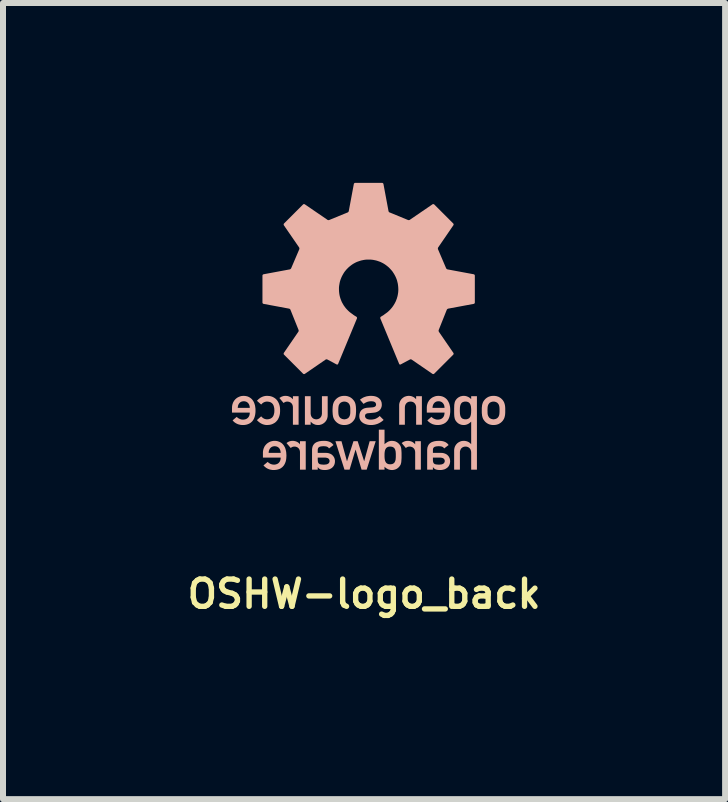
<source format=kicad_pcb>
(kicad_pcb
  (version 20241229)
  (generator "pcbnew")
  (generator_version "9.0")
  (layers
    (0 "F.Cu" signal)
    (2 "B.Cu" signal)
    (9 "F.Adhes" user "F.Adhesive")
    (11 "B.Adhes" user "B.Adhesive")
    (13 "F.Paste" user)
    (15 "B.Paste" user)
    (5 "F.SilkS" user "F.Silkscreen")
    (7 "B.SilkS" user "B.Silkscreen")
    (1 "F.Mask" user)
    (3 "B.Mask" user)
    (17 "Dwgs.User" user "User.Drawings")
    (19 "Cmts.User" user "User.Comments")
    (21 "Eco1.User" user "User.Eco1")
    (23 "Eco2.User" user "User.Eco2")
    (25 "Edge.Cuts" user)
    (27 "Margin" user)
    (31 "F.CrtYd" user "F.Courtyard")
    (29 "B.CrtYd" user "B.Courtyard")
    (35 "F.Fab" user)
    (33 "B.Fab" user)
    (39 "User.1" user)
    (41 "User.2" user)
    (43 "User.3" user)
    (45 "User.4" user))
  (footprint "OSHW-logo_back"
    (layer "F.Cu")
    (at 3.022 1.552)
    (property "Reference" "OSHW-logo_back" (at 0 5.304 0) (unlocked yes) (layer "F.SilkS") (effects (font (size 0.455 0.455) (thickness 0.089))))
    (fp_poly (pts (xy 0.002 3.089) (xy 0.000411 3.089) (xy -0.107 2.756) (xy -0.177 2.756) (xy -0.284 3.089) (xy -0.286 3.089) (xy -0.377 2.756) (xy -0.478 2.756) (xy -0.327 3.231) (xy -0.242 3.231) (xy -0.143 2.898) (xy -0.141 2.898) (xy -0.042 3.231) (xy 0.043 3.231) (xy 0.194 2.756) (xy 0.093 2.756)) (stroke (width -0.000001) (type solid)) (fill yes) (layer "B.SilkS"))
    (fp_poly (pts (xy -1.32 2) (xy -1.327 2.001) (xy -1.334 2.001) (xy -1.34 2.002) (xy -1.347 2.004) (xy -1.353 2.006) (xy -1.36 2.008) (xy -1.366 2.01) (xy -1.372 2.012) (xy -1.378 2.015) (xy -1.384 2.018) (xy -1.39 2.021) (xy -1.395 2.025) (xy -1.401 2.028) (xy -1.407 2.032) (xy -1.412 2.036) (xy -1.343 2.119) (xy -1.339 2.116) (xy -1.335 2.113) (xy -1.331 2.11) (xy -1.327 2.108) (xy -1.323 2.106) (xy -1.319 2.104) (xy -1.316 2.102) (xy -1.312 2.101) (xy -1.308 2.1) (xy -1.305 2.098) (xy -1.301 2.098) (xy -1.297 2.097) (xy -1.293 2.096) (xy -1.289 2.096) (xy -1.284 2.096) (xy -1.28 2.096) (xy -1.271 2.096) (xy -1.262 2.097) (xy -1.254 2.099) (xy -1.246 2.101) (xy -1.242 2.103) (xy -1.238 2.105) (xy -1.234 2.107) (xy -1.23 2.109) (xy -1.226 2.111) (xy -1.223 2.114) (xy -1.219 2.116) (xy -1.216 2.119) (xy -1.213 2.122) (xy -1.21 2.126) (xy -1.207 2.129) (xy -1.204 2.133) (xy -1.202 2.137) (xy -1.199 2.141) (xy -1.197 2.145) (xy -1.195 2.15) (xy -1.193 2.155) (xy -1.192 2.16) (xy -1.19 2.165) (xy -1.189 2.171) (xy -1.188 2.176) (xy -1.188 2.182) (xy -1.187 2.188) (xy -1.187 2.195) (xy -1.187 2.481) (xy -1.092 2.481) (xy -1.092 2.006) (xy -1.187 2.006) (xy -1.187 2.056) (xy -1.189 2.056) (xy -1.195 2.049) (xy -1.201 2.043) (xy -1.207 2.037) (xy -1.214 2.032) (xy -1.221 2.026) (xy -1.228 2.022) (xy -1.235 2.018) (xy -1.243 2.014) (xy -1.251 2.011) (xy -1.259 2.008) (xy -1.268 2.005) (xy -1.276 2.003) (xy -1.285 2.002) (xy -1.294 2.001) (xy -1.303 2) (xy -1.313 2)) (stroke (width -0.000001) (type solid)) (fill yes) (layer "B.SilkS"))
    (fp_poly (pts (xy -1.201 2.75) (xy -1.208 2.751) (xy -1.215 2.752) (xy -1.222 2.753) (xy -1.228 2.754) (xy -1.235 2.756) (xy -1.241 2.758) (xy -1.247 2.76) (xy -1.254 2.763) (xy -1.26 2.765) (xy -1.265 2.768) (xy -1.271 2.772) (xy -1.277 2.775) (xy -1.283 2.779) (xy -1.288 2.783) (xy -1.294 2.787) (xy -1.224 2.869) (xy -1.22 2.866) (xy -1.216 2.863) (xy -1.212 2.861) (xy -1.208 2.859) (xy -1.205 2.856) (xy -1.201 2.854) (xy -1.197 2.853) (xy -1.194 2.851) (xy -1.19 2.85) (xy -1.186 2.849) (xy -1.182 2.848) (xy -1.178 2.847) (xy -1.174 2.847) (xy -1.17 2.846) (xy -1.166 2.846) (xy -1.161 2.846) (xy -1.153 2.846) (xy -1.144 2.847) (xy -1.136 2.849) (xy -1.127 2.852) (xy -1.123 2.853) (xy -1.119 2.855) (xy -1.115 2.857) (xy -1.112 2.859) (xy -1.108 2.861) (xy -1.104 2.864) (xy -1.101 2.867) (xy -1.098 2.87) (xy -1.094 2.873) (xy -1.091 2.876) (xy -1.088 2.88) (xy -1.086 2.883) (xy -1.083 2.887) (xy -1.081 2.891) (xy -1.079 2.896) (xy -1.077 2.9) (xy -1.075 2.905) (xy -1.073 2.91) (xy -1.072 2.916) (xy -1.071 2.921) (xy -1.07 2.927) (xy -1.069 2.933) (xy -1.069 2.939) (xy -1.069 2.945) (xy -1.069 3.231) (xy -0.973 3.231) (xy -0.973 2.756) (xy -1.069 2.756) (xy -1.069 2.807) (xy -1.071 2.807) (xy -1.076 2.8) (xy -1.082 2.793) (xy -1.089 2.787) (xy -1.095 2.782) (xy -1.102 2.777) (xy -1.11 2.772) (xy -1.117 2.768) (xy -1.125 2.764) (xy -1.133 2.761) (xy -1.141 2.758) (xy -1.149 2.756) (xy -1.158 2.754) (xy -1.167 2.752) (xy -1.176 2.751) (xy -1.185 2.751) (xy -1.194 2.75)) (stroke (width -0.000001) (type solid)) (fill yes) (layer "B.SilkS"))
    (fp_poly (pts (xy 0.719 2.75) (xy 0.712 2.751) (xy 0.705 2.752) (xy 0.699 2.753) (xy 0.692 2.754) (xy 0.686 2.756) (xy 0.679 2.758) (xy 0.673 2.76) (xy 0.667 2.763) (xy 0.661 2.765) (xy 0.655 2.768) (xy 0.649 2.772) (xy 0.644 2.775) (xy 0.638 2.779) (xy 0.632 2.783) (xy 0.627 2.787) (xy 0.696 2.869) (xy 0.7 2.866) (xy 0.704 2.863) (xy 0.708 2.861) (xy 0.712 2.859) (xy 0.716 2.856) (xy 0.72 2.854) (xy 0.723 2.853) (xy 0.727 2.851) (xy 0.731 2.85) (xy 0.734 2.849) (xy 0.738 2.848) (xy 0.742 2.847) (xy 0.746 2.847) (xy 0.75 2.846) (xy 0.755 2.846) (xy 0.759 2.846) (xy 0.768 2.846) (xy 0.777 2.847) (xy 0.785 2.849) (xy 0.793 2.852) (xy 0.797 2.853) (xy 0.801 2.855) (xy 0.805 2.857) (xy 0.809 2.859) (xy 0.813 2.861) (xy 0.816 2.864) (xy 0.82 2.867) (xy 0.823 2.87) (xy 0.826 2.873) (xy 0.829 2.876) (xy 0.832 2.88) (xy 0.835 2.883) (xy 0.837 2.887) (xy 0.84 2.891) (xy 0.842 2.896) (xy 0.844 2.9) (xy 0.846 2.905) (xy 0.847 2.91) (xy 0.849 2.916) (xy 0.85 2.921) (xy 0.851 2.927) (xy 0.851 2.933) (xy 0.852 2.939) (xy 0.852 2.945) (xy 0.852 3.231) (xy 0.947 3.231) (xy 0.947 2.756) (xy 0.852 2.756) (xy 0.852 2.807) (xy 0.85 2.807) (xy 0.844 2.8) (xy 0.838 2.793) (xy 0.832 2.787) (xy 0.825 2.782) (xy 0.818 2.777) (xy 0.811 2.772) (xy 0.804 2.768) (xy 0.796 2.764) (xy 0.788 2.761) (xy 0.78 2.758) (xy 0.771 2.756) (xy 0.763 2.754) (xy 0.754 2.752) (xy 0.745 2.751) (xy 0.736 2.751) (xy 0.726 2.75)) (stroke (width -0.000001) (type solid)) (fill yes) (layer "B.SilkS"))
    (fp_poly (pts (xy 0.736 2) (xy 0.729 2.001) (xy 0.715 2.003) (xy 0.701 2.006) (xy 0.687 2.011) (xy 0.68 2.013) (xy 0.673 2.016) (xy 0.667 2.02) (xy 0.66 2.024) (xy 0.654 2.028) (xy 0.648 2.032) (xy 0.642 2.037) (xy 0.636 2.042) (xy 0.63 2.047) (xy 0.625 2.053) (xy 0.62 2.059) (xy 0.615 2.065) (xy 0.611 2.072) (xy 0.606 2.079) (xy 0.602 2.086) (xy 0.599 2.094) (xy 0.596 2.101) (xy 0.593 2.11) (xy 0.59 2.118) (xy 0.588 2.127) (xy 0.587 2.136) (xy 0.585 2.145) (xy 0.585 2.155) (xy 0.585 2.165) (xy 0.585 2.481) (xy 0.68 2.481) (xy 0.68 2.198) (xy 0.68 2.192) (xy 0.681 2.186) (xy 0.681 2.18) (xy 0.682 2.175) (xy 0.683 2.169) (xy 0.684 2.164) (xy 0.686 2.159) (xy 0.687 2.154) (xy 0.689 2.15) (xy 0.691 2.145) (xy 0.693 2.141) (xy 0.696 2.137) (xy 0.698 2.133) (xy 0.701 2.129) (xy 0.704 2.126) (xy 0.707 2.122) (xy 0.71 2.119) (xy 0.713 2.116) (xy 0.717 2.113) (xy 0.721 2.111) (xy 0.724 2.108) (xy 0.728 2.106) (xy 0.732 2.104) (xy 0.737 2.102) (xy 0.741 2.101) (xy 0.745 2.099) (xy 0.75 2.098) (xy 0.754 2.097) (xy 0.759 2.097) (xy 0.764 2.096) (xy 0.769 2.096) (xy 0.774 2.096) (xy 0.779 2.096) (xy 0.784 2.096) (xy 0.789 2.097) (xy 0.793 2.097) (xy 0.798 2.098) (xy 0.803 2.099) (xy 0.807 2.101) (xy 0.812 2.102) (xy 0.816 2.104) (xy 0.82 2.106) (xy 0.824 2.108) (xy 0.828 2.111) (xy 0.831 2.113) (xy 0.835 2.116) (xy 0.838 2.119) (xy 0.841 2.122) (xy 0.845 2.126) (xy 0.847 2.129) (xy 0.85 2.133) (xy 0.853 2.137) (xy 0.855 2.141) (xy 0.857 2.145) (xy 0.859 2.15) (xy 0.861 2.154) (xy 0.863 2.159) (xy 0.864 2.164) (xy 0.866 2.169) (xy 0.867 2.175) (xy 0.867 2.18) (xy 0.868 2.186) (xy 0.868 2.192) (xy 0.868 2.198) (xy 0.868 2.481) (xy 0.964 2.481) (xy 0.964 2.006) (xy 0.868 2.006) (xy 0.868 2.056) (xy 0.867 2.056) (xy 0.861 2.049) (xy 0.855 2.043) (xy 0.848 2.037) (xy 0.842 2.032) (xy 0.835 2.026) (xy 0.828 2.022) (xy 0.82 2.018) (xy 0.812 2.014) (xy 0.804 2.011) (xy 0.796 2.008) (xy 0.788 2.005) (xy 0.779 2.003) (xy 0.77 2.002) (xy 0.761 2.001) (xy 0.752 2) (xy 0.743 2)) (stroke (width -0.000001) (type solid)) (fill yes) (layer "B.SilkS"))
    (fp_poly (pts (xy -0.703 2.289) (xy -0.703 2.294) (xy -0.703 2.3) (xy -0.704 2.306) (xy -0.705 2.311) (xy -0.706 2.317) (xy -0.707 2.322) (xy -0.708 2.327) (xy -0.71 2.332) (xy -0.712 2.336) (xy -0.714 2.341) (xy -0.716 2.345) (xy -0.718 2.349) (xy -0.721 2.353) (xy -0.724 2.357) (xy -0.727 2.36) (xy -0.73 2.364) (xy -0.733 2.367) (xy -0.736 2.37) (xy -0.74 2.373) (xy -0.744 2.375) (xy -0.747 2.378) (xy -0.751 2.38) (xy -0.756 2.382) (xy -0.76 2.384) (xy -0.764 2.385) (xy -0.769 2.387) (xy -0.773 2.388) (xy -0.778 2.389) (xy -0.783 2.39) (xy -0.787 2.39) (xy -0.792 2.391) (xy -0.797 2.391) (xy -0.802 2.391) (xy -0.807 2.39) (xy -0.812 2.39) (xy -0.817 2.389) (xy -0.821 2.388) (xy -0.826 2.387) (xy -0.83 2.385) (xy -0.835 2.384) (xy -0.839 2.382) (xy -0.843 2.38) (xy -0.847 2.378) (xy -0.851 2.375) (xy -0.854 2.373) (xy -0.858 2.37) (xy -0.861 2.367) (xy -0.864 2.364) (xy -0.867 2.36) (xy -0.87 2.357) (xy -0.873 2.353) (xy -0.876 2.349) (xy -0.878 2.345) (xy -0.88 2.341) (xy -0.882 2.336) (xy -0.884 2.332) (xy -0.886 2.327) (xy -0.887 2.322) (xy -0.888 2.317) (xy -0.889 2.311) (xy -0.89 2.306) (xy -0.891 2.3) (xy -0.891 2.294) (xy -0.891 2.289) (xy -0.891 2.006) (xy -0.987 2.006) (xy -0.987 2.481) (xy -0.891 2.481) (xy -0.891 2.43) (xy -0.889 2.43) (xy -0.884 2.437) (xy -0.877 2.443) (xy -0.871 2.449) (xy -0.864 2.455) (xy -0.858 2.46) (xy -0.85 2.464) (xy -0.843 2.468) (xy -0.835 2.472) (xy -0.827 2.475) (xy -0.819 2.478) (xy -0.811 2.481) (xy -0.802 2.483) (xy -0.794 2.484) (xy -0.785 2.485) (xy -0.776 2.486) (xy -0.767 2.486) (xy -0.76 2.486) (xy -0.752 2.486) (xy -0.738 2.484) (xy -0.724 2.48) (xy -0.717 2.478) (xy -0.71 2.476) (xy -0.703 2.473) (xy -0.696 2.47) (xy -0.69 2.466) (xy -0.683 2.462) (xy -0.677 2.458) (xy -0.671 2.454) (xy -0.665 2.449) (xy -0.659 2.444) (xy -0.653 2.439) (xy -0.648 2.433) (xy -0.643 2.427) (xy -0.638 2.421) (xy -0.633 2.414) (xy -0.629 2.407) (xy -0.625 2.4) (xy -0.622 2.393) (xy -0.618 2.385) (xy -0.616 2.377) (xy -0.613 2.368) (xy -0.611 2.359) (xy -0.609 2.35) (xy -0.608 2.341) (xy -0.608 2.331) (xy -0.607 2.321) (xy -0.607 2.321) (xy -0.607 2.006) (xy -0.703 2.006)) (stroke (width -0.000001) (type solid)) (fill yes) (layer "B.SilkS"))
    (fp_poly (pts (xy -1.623 2) (xy -1.63 2) (xy -1.636 2.001) (xy -1.643 2.001) (xy -1.655 2.003) (xy -1.667 2.006) (xy -1.679 2.009) (xy -1.691 2.013) (xy -1.702 2.018) (xy -1.713 2.023) (xy -1.724 2.029) (xy -1.734 2.035) (xy -1.743 2.042) (xy -1.753 2.049) (xy -1.762 2.057) (xy -1.77 2.065) (xy -1.779 2.074) (xy -1.787 2.082) (xy -1.716 2.145) (xy -1.712 2.14) (xy -1.707 2.135) (xy -1.702 2.13) (xy -1.697 2.125) (xy -1.692 2.121) (xy -1.686 2.117) (xy -1.68 2.113) (xy -1.674 2.109) (xy -1.668 2.106) (xy -1.662 2.104) (xy -1.655 2.101) (xy -1.648 2.099) (xy -1.641 2.098) (xy -1.634 2.096) (xy -1.627 2.096) (xy -1.62 2.096) (xy -1.606 2.096) (xy -1.592 2.098) (xy -1.586 2.099) (xy -1.58 2.1) (xy -1.574 2.102) (xy -1.568 2.104) (xy -1.562 2.106) (xy -1.557 2.109) (xy -1.552 2.112) (xy -1.547 2.115) (xy -1.542 2.118) (xy -1.537 2.122) (xy -1.533 2.126) (xy -1.529 2.131) (xy -1.525 2.135) (xy -1.521 2.14) (xy -1.518 2.145) (xy -1.515 2.151) (xy -1.512 2.157) (xy -1.509 2.163) (xy -1.507 2.17) (xy -1.505 2.177) (xy -1.503 2.184) (xy -1.501 2.191) (xy -1.5 2.199) (xy -1.498 2.207) (xy -1.497 2.225) (xy -1.496 2.244) (xy -1.496 2.253) (xy -1.497 2.262) (xy -1.497 2.271) (xy -1.498 2.279) (xy -1.5 2.288) (xy -1.501 2.295) (xy -1.503 2.303) (xy -1.505 2.31) (xy -1.507 2.317) (xy -1.509 2.323) (xy -1.512 2.33) (xy -1.515 2.335) (xy -1.518 2.341) (xy -1.521 2.346) (xy -1.525 2.351) (xy -1.529 2.356) (xy -1.533 2.36) (xy -1.537 2.364) (xy -1.542 2.368) (xy -1.547 2.371) (xy -1.552 2.374) (xy -1.557 2.377) (xy -1.562 2.38) (xy -1.568 2.382) (xy -1.574 2.384) (xy -1.58 2.386) (xy -1.586 2.387) (xy -1.592 2.389) (xy -1.599 2.39) (xy -1.606 2.39) (xy -1.613 2.391) (xy -1.62 2.391) (xy -1.624 2.391) (xy -1.627 2.39) (xy -1.631 2.39) (xy -1.634 2.39) (xy -1.641 2.389) (xy -1.648 2.387) (xy -1.655 2.385) (xy -1.662 2.383) (xy -1.668 2.38) (xy -1.674 2.377) (xy -1.68 2.373) (xy -1.686 2.37) (xy -1.692 2.365) (xy -1.697 2.361) (xy -1.702 2.356) (xy -1.707 2.352) (xy -1.712 2.346) (xy -1.716 2.341) (xy -1.787 2.404) (xy -1.779 2.413) (xy -1.771 2.421) (xy -1.762 2.429) (xy -1.753 2.437) (xy -1.743 2.444) (xy -1.734 2.451) (xy -1.724 2.457) (xy -1.713 2.463) (xy -1.702 2.468) (xy -1.691 2.473) (xy -1.679 2.477) (xy -1.667 2.48) (xy -1.655 2.483) (xy -1.643 2.485) (xy -1.63 2.486) (xy -1.616 2.486) (xy -1.596 2.485) (xy -1.575 2.483) (xy -1.556 2.479) (xy -1.536 2.473) (xy -1.527 2.469) (xy -1.518 2.465) (xy -1.509 2.46) (xy -1.5 2.455) (xy -1.491 2.45) (xy -1.483 2.444) (xy -1.475 2.437) (xy -1.467 2.43) (xy -1.46 2.422) (xy -1.453 2.414) (xy -1.446 2.406) (xy -1.44 2.397) (xy -1.434 2.387) (xy -1.429 2.377) (xy -1.424 2.366) (xy -1.419 2.355) (xy -1.415 2.343) (xy -1.411 2.33) (xy -1.408 2.317) (xy -1.405 2.304) (xy -1.403 2.29) (xy -1.402 2.275) (xy -1.401 2.259) (xy -1.401 2.244) (xy -1.401 2.227) (xy -1.402 2.212) (xy -1.403 2.197) (xy -1.405 2.183) (xy -1.408 2.169) (xy -1.411 2.156) (xy -1.415 2.144) (xy -1.419 2.132) (xy -1.424 2.121) (xy -1.429 2.11) (xy -1.434 2.1) (xy -1.44 2.09) (xy -1.446 2.081) (xy -1.453 2.072) (xy -1.46 2.064) (xy -1.467 2.056) (xy -1.475 2.049) (xy -1.483 2.043) (xy -1.491 2.037) (xy -1.5 2.031) (xy -1.509 2.026) (xy -1.518 2.021) (xy -1.527 2.017) (xy -1.536 2.013) (xy -1.546 2.01) (xy -1.556 2.007) (xy -1.565 2.005) (xy -1.575 2.003) (xy -1.586 2.002) (xy -1.596 2.001) (xy -1.616 2)) (stroke (width -0.000001) (type solid)) (fill yes) (layer "B.SilkS"))
    (fp_poly (pts (xy 0.246 3.231) (xy 0.341 3.231) (xy 0.341 3.181) (xy 0.347 3.187) (xy 0.353 3.193) (xy 0.359 3.199) (xy 0.366 3.204) (xy 0.373 3.209) (xy 0.38 3.213) (xy 0.388 3.217) (xy 0.395 3.221) (xy 0.403 3.225) (xy 0.411 3.228) (xy 0.42 3.23) (xy 0.428 3.233) (xy 0.437 3.234) (xy 0.446 3.236) (xy 0.455 3.236) (xy 0.464 3.237) (xy 0.469 3.237) (xy 0.475 3.236) (xy 0.48 3.236) (xy 0.485 3.235) (xy 0.49 3.235) (xy 0.495 3.234) (xy 0.5 3.233) (xy 0.504 3.232) (xy 0.509 3.231) (xy 0.514 3.229) (xy 0.518 3.228) (xy 0.523 3.226) (xy 0.527 3.225) (xy 0.531 3.223) (xy 0.539 3.219) (xy 0.547 3.215) (xy 0.554 3.21) (xy 0.561 3.205) (xy 0.568 3.199) (xy 0.574 3.194) (xy 0.58 3.188) (xy 0.586 3.181) (xy 0.591 3.175) (xy 0.596 3.168) (xy 0.6 3.162) (xy 0.604 3.156) (xy 0.608 3.149) (xy 0.611 3.141) (xy 0.613 3.133) (xy 0.616 3.125) (xy 0.618 3.115) (xy 0.62 3.105) (xy 0.621 3.093) (xy 0.622 3.08) (xy 0.623 3.066) (xy 0.625 3.033) (xy 0.625 2.993) (xy 0.529 2.993) (xy 0.529 3.007) (xy 0.529 3.021) (xy 0.528 3.034) (xy 0.527 3.047) (xy 0.526 3.06) (xy 0.525 3.066) (xy 0.523 3.072) (xy 0.522 3.078) (xy 0.52 3.084) (xy 0.518 3.089) (xy 0.516 3.095) (xy 0.513 3.1) (xy 0.511 3.105) (xy 0.508 3.109) (xy 0.504 3.114) (xy 0.501 3.118) (xy 0.497 3.122) (xy 0.492 3.125) (xy 0.488 3.128) (xy 0.482 3.131) (xy 0.477 3.134) (xy 0.471 3.136) (xy 0.465 3.138) (xy 0.458 3.139) (xy 0.451 3.14) (xy 0.443 3.141) (xy 0.435 3.141) (xy 0.427 3.141) (xy 0.419 3.14) (xy 0.412 3.139) (xy 0.405 3.138) (xy 0.399 3.136) (xy 0.393 3.133) (xy 0.388 3.131) (xy 0.383 3.128) (xy 0.378 3.124) (xy 0.374 3.121) (xy 0.37 3.117) (xy 0.366 3.113) (xy 0.363 3.108) (xy 0.36 3.103) (xy 0.357 3.098) (xy 0.355 3.093) (xy 0.352 3.088) (xy 0.35 3.082) (xy 0.347 3.07) (xy 0.345 3.058) (xy 0.343 3.045) (xy 0.342 3.032) (xy 0.341 3.019) (xy 0.341 2.993) (xy 0.341 2.98) (xy 0.341 2.967) (xy 0.342 2.954) (xy 0.343 2.941) (xy 0.345 2.929) (xy 0.346 2.922) (xy 0.347 2.916) (xy 0.349 2.911) (xy 0.35 2.905) (xy 0.352 2.899) (xy 0.355 2.894) (xy 0.357 2.889) (xy 0.36 2.884) (xy 0.363 2.879) (xy 0.366 2.874) (xy 0.37 2.87) (xy 0.374 2.866) (xy 0.378 2.863) (xy 0.383 2.859) (xy 0.388 2.856) (xy 0.393 2.854) (xy 0.399 2.851) (xy 0.405 2.849) (xy 0.412 2.848) (xy 0.419 2.847) (xy 0.427 2.846) (xy 0.435 2.846) (xy 0.443 2.846) (xy 0.451 2.847) (xy 0.458 2.848) (xy 0.465 2.849) (xy 0.471 2.851) (xy 0.477 2.853) (xy 0.482 2.856) (xy 0.488 2.859) (xy 0.492 2.862) (xy 0.497 2.865) (xy 0.501 2.869) (xy 0.504 2.873) (xy 0.508 2.877) (xy 0.511 2.882) (xy 0.513 2.887) (xy 0.516 2.892) (xy 0.518 2.897) (xy 0.52 2.903) (xy 0.523 2.914) (xy 0.526 2.927) (xy 0.527 2.939) (xy 0.528 2.952) (xy 0.529 2.966) (xy 0.529 2.993) (xy 0.625 2.993) (xy 0.625 2.972) (xy 0.625 2.953) (xy 0.624 2.936) (xy 0.623 2.92) (xy 0.622 2.906) (xy 0.621 2.894) (xy 0.62 2.882) (xy 0.618 2.872) (xy 0.616 2.862) (xy 0.615 2.858) (xy 0.613 2.854) (xy 0.612 2.85) (xy 0.611 2.846) (xy 0.609 2.842) (xy 0.608 2.838) (xy 0.604 2.831) (xy 0.6 2.825) (xy 0.596 2.818) (xy 0.591 2.812) (xy 0.586 2.806) (xy 0.58 2.799) (xy 0.574 2.793) (xy 0.568 2.787) (xy 0.561 2.782) (xy 0.554 2.777) (xy 0.547 2.772) (xy 0.539 2.768) (xy 0.531 2.764) (xy 0.523 2.76) (xy 0.514 2.757) (xy 0.504 2.755) (xy 0.495 2.753) (xy 0.485 2.752) (xy 0.475 2.751) (xy 0.464 2.75) (xy 0.455 2.751) (xy 0.446 2.751) (xy 0.437 2.753) (xy 0.429 2.754) (xy 0.421 2.757) (xy 0.413 2.759) (xy 0.405 2.762) (xy 0.398 2.766) (xy 0.39 2.77) (xy 0.383 2.774) (xy 0.376 2.779) (xy 0.368 2.784) (xy 0.361 2.789) (xy 0.355 2.794) (xy 0.348 2.8) (xy 0.341 2.807) (xy 0.341 2.564) (xy 0.246 2.564)) (stroke (width -0.000001) (type solid)) (fill yes) (layer "B.SilkS"))
    (fp_poly (pts (xy -2.017 2) (xy -2.026 2.001) (xy -2.036 2.002) (xy -2.045 2.003) (xy -2.055 2.005) (xy -2.064 2.008) (xy -2.073 2.011) (xy -2.082 2.014) (xy -2.09 2.018) (xy -2.099 2.022) (xy -2.107 2.026) (xy -2.115 2.031) (xy -2.123 2.036) (xy -2.13 2.042) (xy -2.137 2.048) (xy -2.144 2.054) (xy -2.151 2.061) (xy -2.157 2.068) (xy -2.163 2.075) (xy -2.168 2.083) (xy -2.174 2.091) (xy -2.178 2.1) (xy -2.183 2.108) (xy -2.187 2.117) (xy -2.19 2.127) (xy -2.194 2.136) (xy -2.196 2.146) (xy -2.199 2.157) (xy -2.2 2.167) (xy -2.202 2.178) (xy -2.202 2.189) (xy -2.203 2.2) (xy -2.203 2.279) (xy -1.907 2.279) (xy -1.907 2.286) (xy -1.907 2.293) (xy -1.908 2.3) (xy -1.909 2.307) (xy -1.91 2.313) (xy -1.911 2.319) (xy -1.913 2.325) (xy -1.915 2.33) (xy -1.917 2.336) (xy -1.92 2.341) (xy -1.922 2.346) (xy -1.925 2.35) (xy -1.928 2.355) (xy -1.932 2.359) (xy -1.935 2.363) (xy -1.939 2.367) (xy -1.943 2.37) (xy -1.947 2.374) (xy -1.951 2.377) (xy -1.955 2.38) (xy -1.96 2.382) (xy -1.965 2.385) (xy -1.97 2.387) (xy -1.975 2.389) (xy -1.98 2.391) (xy -1.985 2.392) (xy -1.991 2.393) (xy -1.996 2.394) (xy -2.002 2.395) (xy -2.008 2.396) (xy -2.014 2.396) (xy -2.02 2.396) (xy -2.027 2.396) (xy -2.034 2.396) (xy -2.041 2.395) (xy -2.048 2.393) (xy -2.055 2.392) (xy -2.062 2.389) (xy -2.068 2.387) (xy -2.075 2.384) (xy -2.082 2.381) (xy -2.088 2.378) (xy -2.095 2.374) (xy -2.101 2.37) (xy -2.107 2.365) (xy -2.113 2.361) (xy -2.119 2.356) (xy -2.124 2.35) (xy -2.193 2.409) (xy -2.184 2.419) (xy -2.175 2.428) (xy -2.166 2.437) (xy -2.156 2.444) (xy -2.146 2.451) (xy -2.135 2.458) (xy -2.125 2.463) (xy -2.114 2.468) (xy -2.103 2.473) (xy -2.092 2.476) (xy -2.08 2.479) (xy -2.069 2.482) (xy -2.057 2.484) (xy -2.046 2.485) (xy -2.034 2.486) (xy -2.022 2.486) (xy -2.003 2.486) (xy -1.985 2.484) (xy -1.966 2.481) (xy -1.948 2.476) (xy -1.93 2.469) (xy -1.921 2.466) (xy -1.912 2.461) (xy -1.904 2.456) (xy -1.896 2.451) (xy -1.888 2.445) (xy -1.88 2.438) (xy -1.872 2.431) (xy -1.865 2.424) (xy -1.858 2.415) (xy -1.852 2.407) (xy -1.846 2.397) (xy -1.84 2.387) (xy -1.835 2.376) (xy -1.83 2.364) (xy -1.826 2.352) (xy -1.822 2.339) (xy -1.819 2.325) (xy -1.816 2.311) (xy -1.814 2.295) (xy -1.812 2.279) (xy -1.811 2.262) (xy -1.811 2.244) (xy -1.811 2.228) (xy -1.812 2.211) (xy -1.813 2.2) (xy -1.907 2.2) (xy -2.107 2.2) (xy -2.107 2.194) (xy -2.106 2.187) (xy -2.105 2.181) (xy -2.104 2.175) (xy -2.103 2.169) (xy -2.102 2.163) (xy -2.1 2.158) (xy -2.098 2.153) (xy -2.096 2.148) (xy -2.094 2.143) (xy -2.092 2.138) (xy -2.089 2.134) (xy -2.086 2.13) (xy -2.083 2.126) (xy -2.08 2.122) (xy -2.077 2.118) (xy -2.074 2.115) (xy -2.07 2.112) (xy -2.066 2.109) (xy -2.063 2.106) (xy -2.059 2.103) (xy -2.054 2.101) (xy -2.05 2.099) (xy -2.046 2.097) (xy -2.041 2.095) (xy -2.037 2.094) (xy -2.032 2.093) (xy -2.027 2.092) (xy -2.022 2.091) (xy -2.017 2.09) (xy -2.012 2.09) (xy -2.007 2.09) (xy -2.002 2.09) (xy -1.996 2.09) (xy -1.991 2.091) (xy -1.986 2.092) (xy -1.982 2.093) (xy -1.977 2.094) (xy -1.972 2.095) (xy -1.968 2.097) (xy -1.963 2.099) (xy -1.959 2.101) (xy -1.955 2.103) (xy -1.951 2.106) (xy -1.947 2.109) (xy -1.943 2.112) (xy -1.94 2.115) (xy -1.936 2.118) (xy -1.933 2.122) (xy -1.93 2.126) (xy -1.927 2.13) (xy -1.924 2.134) (xy -1.922 2.138) (xy -1.919 2.143) (xy -1.917 2.148) (xy -1.915 2.153) (xy -1.913 2.158) (xy -1.912 2.163) (xy -1.91 2.169) (xy -1.909 2.175) (xy -1.908 2.181) (xy -1.907 2.187) (xy -1.907 2.194) (xy -1.907 2.2) (xy -1.813 2.2) (xy -1.814 2.196) (xy -1.816 2.181) (xy -1.818 2.167) (xy -1.821 2.153) (xy -1.825 2.141) (xy -1.829 2.128) (xy -1.833 2.117) (xy -1.838 2.106) (xy -1.843 2.096) (xy -1.849 2.086) (xy -1.855 2.077) (xy -1.861 2.068) (xy -1.868 2.06) (xy -1.874 2.053) (xy -1.882 2.046) (xy -1.889 2.04) (xy -1.897 2.034) (xy -1.905 2.029) (xy -1.913 2.024) (xy -1.921 2.019) (xy -1.929 2.016) (xy -1.937 2.012) (xy -1.946 2.009) (xy -1.955 2.007) (xy -1.963 2.005) (xy -1.972 2.003) (xy -1.99 2.001) (xy -2.007 2)) (stroke (width -0.000001) (type solid)) (fill yes) (layer "B.SilkS"))
    (fp_poly (pts (xy -1.501 2.751) (xy -1.511 2.751) (xy -1.52 2.752) (xy -1.53 2.754) (xy -1.539 2.756) (xy -1.548 2.758) (xy -1.557 2.761) (xy -1.566 2.764) (xy -1.575 2.768) (xy -1.583 2.772) (xy -1.591 2.777) (xy -1.599 2.781) (xy -1.607 2.787) (xy -1.614 2.792) (xy -1.622 2.798) (xy -1.628 2.805) (xy -1.635 2.811) (xy -1.641 2.818) (xy -1.647 2.826) (xy -1.653 2.833) (xy -1.658 2.841) (xy -1.663 2.85) (xy -1.667 2.859) (xy -1.671 2.868) (xy -1.675 2.877) (xy -1.678 2.887) (xy -1.681 2.897) (xy -1.683 2.907) (xy -1.685 2.917) (xy -1.686 2.928) (xy -1.687 2.939) (xy -1.687 2.951) (xy -1.687 3.03) (xy -1.391 3.03) (xy -1.391 3.037) (xy -1.392 3.044) (xy -1.392 3.05) (xy -1.393 3.057) (xy -1.394 3.063) (xy -1.396 3.069) (xy -1.398 3.075) (xy -1.399 3.081) (xy -1.402 3.086) (xy -1.404 3.091) (xy -1.407 3.096) (xy -1.41 3.101) (xy -1.413 3.105) (xy -1.416 3.109) (xy -1.419 3.113) (xy -1.423 3.117) (xy -1.427 3.121) (xy -1.431 3.124) (xy -1.435 3.127) (xy -1.44 3.13) (xy -1.444 3.133) (xy -1.449 3.135) (xy -1.454 3.137) (xy -1.459 3.139) (xy -1.464 3.141) (xy -1.47 3.143) (xy -1.475 3.144) (xy -1.481 3.145) (xy -1.486 3.146) (xy -1.492 3.146) (xy -1.498 3.147) (xy -1.504 3.147) (xy -1.511 3.146) (xy -1.518 3.146) (xy -1.525 3.145) (xy -1.532 3.144) (xy -1.539 3.142) (xy -1.546 3.14) (xy -1.553 3.137) (xy -1.559 3.135) (xy -1.566 3.132) (xy -1.573 3.128) (xy -1.579 3.124) (xy -1.585 3.12) (xy -1.591 3.116) (xy -1.597 3.111) (xy -1.603 3.106) (xy -1.608 3.101) (xy -1.678 3.16) (xy -1.669 3.17) (xy -1.659 3.179) (xy -1.65 3.187) (xy -1.64 3.195) (xy -1.63 3.202) (xy -1.62 3.208) (xy -1.609 3.214) (xy -1.598 3.219) (xy -1.587 3.223) (xy -1.576 3.227) (xy -1.565 3.23) (xy -1.553 3.232) (xy -1.542 3.234) (xy -1.53 3.236) (xy -1.518 3.236) (xy -1.506 3.237) (xy -1.488 3.236) (xy -1.469 3.234) (xy -1.451 3.231) (xy -1.432 3.226) (xy -1.414 3.22) (xy -1.405 3.216) (xy -1.397 3.212) (xy -1.388 3.207) (xy -1.38 3.201) (xy -1.372 3.195) (xy -1.364 3.189) (xy -1.357 3.182) (xy -1.35 3.174) (xy -1.343 3.166) (xy -1.336 3.157) (xy -1.33 3.147) (xy -1.325 3.137) (xy -1.319 3.126) (xy -1.315 3.115) (xy -1.31 3.103) (xy -1.306 3.09) (xy -1.303 3.076) (xy -1.3 3.061) (xy -1.298 3.046) (xy -1.297 3.03) (xy -1.296 3.013) (xy -1.295 2.995) (xy -1.296 2.978) (xy -1.297 2.962) (xy -1.298 2.951) (xy -1.391 2.951) (xy -1.591 2.951) (xy -1.591 2.944) (xy -1.591 2.938) (xy -1.59 2.931) (xy -1.589 2.925) (xy -1.587 2.919) (xy -1.586 2.914) (xy -1.584 2.908) (xy -1.583 2.903) (xy -1.581 2.898) (xy -1.578 2.893) (xy -1.576 2.889) (xy -1.573 2.884) (xy -1.571 2.88) (xy -1.568 2.876) (xy -1.565 2.872) (xy -1.561 2.868) (xy -1.558 2.865) (xy -1.554 2.862) (xy -1.551 2.859) (xy -1.547 2.856) (xy -1.543 2.854) (xy -1.539 2.851) (xy -1.535 2.849) (xy -1.53 2.847) (xy -1.526 2.846) (xy -1.521 2.844) (xy -1.516 2.843) (xy -1.512 2.842) (xy -1.507 2.841) (xy -1.502 2.841) (xy -1.496 2.84) (xy -1.491 2.84) (xy -1.486 2.84) (xy -1.481 2.841) (xy -1.476 2.841) (xy -1.471 2.842) (xy -1.466 2.843) (xy -1.461 2.844) (xy -1.457 2.846) (xy -1.452 2.847) (xy -1.448 2.849) (xy -1.443 2.851) (xy -1.439 2.854) (xy -1.435 2.856) (xy -1.431 2.859) (xy -1.428 2.862) (xy -1.424 2.865) (xy -1.421 2.868) (xy -1.417 2.872) (xy -1.414 2.876) (xy -1.411 2.88) (xy -1.409 2.884) (xy -1.406 2.889) (xy -1.404 2.893) (xy -1.402 2.898) (xy -1.4 2.903) (xy -1.398 2.908) (xy -1.396 2.914) (xy -1.395 2.919) (xy -1.394 2.925) (xy -1.393 2.931) (xy -1.392 2.938) (xy -1.391 2.944) (xy -1.391 2.951) (xy -1.298 2.951) (xy -1.298 2.946) (xy -1.3 2.931) (xy -1.303 2.917) (xy -1.306 2.904) (xy -1.309 2.891) (xy -1.313 2.879) (xy -1.317 2.867) (xy -1.322 2.856) (xy -1.328 2.846) (xy -1.333 2.836) (xy -1.339 2.827) (xy -1.345 2.819) (xy -1.352 2.811) (xy -1.359 2.803) (xy -1.366 2.796) (xy -1.373 2.79) (xy -1.381 2.784) (xy -1.389 2.779) (xy -1.397 2.774) (xy -1.405 2.77) (xy -1.413 2.766) (xy -1.422 2.763) (xy -1.43 2.76) (xy -1.439 2.757) (xy -1.448 2.755) (xy -1.456 2.753) (xy -1.474 2.751) (xy -1.491 2.75)) (stroke (width -0.000001) (type solid)) (fill yes) (layer "B.SilkS"))
    (fp_poly (pts (xy 1.232 2) (xy 1.222 2.001) (xy 1.212 2.002) (xy 1.203 2.003) (xy 1.194 2.005) (xy 1.184 2.008) (xy 1.175 2.011) (xy 1.167 2.014) (xy 1.158 2.018) (xy 1.149 2.022) (xy 1.141 2.026) (xy 1.133 2.031) (xy 1.126 2.036) (xy 1.118 2.042) (xy 1.111 2.048) (xy 1.104 2.054) (xy 1.098 2.061) (xy 1.091 2.068) (xy 1.085 2.075) (xy 1.08 2.083) (xy 1.075 2.091) (xy 1.07 2.1) (xy 1.065 2.108) (xy 1.061 2.117) (xy 1.058 2.127) (xy 1.055 2.136) (xy 1.052 2.146) (xy 1.05 2.157) (xy 1.048 2.167) (xy 1.047 2.178) (xy 1.046 2.189) (xy 1.046 2.2) (xy 1.046 2.279) (xy 1.342 2.279) (xy 1.342 2.286) (xy 1.341 2.293) (xy 1.34 2.3) (xy 1.339 2.307) (xy 1.338 2.313) (xy 1.337 2.319) (xy 1.335 2.325) (xy 1.333 2.33) (xy 1.331 2.336) (xy 1.329 2.341) (xy 1.326 2.346) (xy 1.323 2.35) (xy 1.32 2.355) (xy 1.317 2.359) (xy 1.313 2.363) (xy 1.31 2.367) (xy 1.306 2.37) (xy 1.302 2.374) (xy 1.297 2.377) (xy 1.293 2.38) (xy 1.288 2.382) (xy 1.284 2.385) (xy 1.279 2.387) (xy 1.274 2.389) (xy 1.268 2.391) (xy 1.263 2.392) (xy 1.258 2.393) (xy 1.252 2.394) (xy 1.246 2.395) (xy 1.24 2.396) (xy 1.234 2.396) (xy 1.228 2.396) (xy 1.221 2.396) (xy 1.214 2.396) (xy 1.208 2.395) (xy 1.201 2.393) (xy 1.194 2.392) (xy 1.187 2.389) (xy 1.18 2.387) (xy 1.173 2.384) (xy 1.166 2.381) (xy 1.16 2.378) (xy 1.153 2.374) (xy 1.147 2.37) (xy 1.141 2.365) (xy 1.135 2.361) (xy 1.13 2.356) (xy 1.124 2.35) (xy 1.055 2.409) (xy 1.064 2.419) (xy 1.073 2.428) (xy 1.083 2.437) (xy 1.093 2.444) (xy 1.103 2.451) (xy 1.113 2.458) (xy 1.124 2.463) (xy 1.134 2.468) (xy 1.145 2.473) (xy 1.156 2.476) (xy 1.168 2.479) (xy 1.179 2.482) (xy 1.191 2.484) (xy 1.203 2.485) (xy 1.214 2.486) (xy 1.226 2.486) (xy 1.245 2.486) (xy 1.263 2.484) (xy 1.282 2.481) (xy 1.3 2.476) (xy 1.318 2.469) (xy 1.327 2.466) (xy 1.336 2.461) (xy 1.344 2.456) (xy 1.353 2.451) (xy 1.361 2.445) (xy 1.368 2.438) (xy 1.376 2.431) (xy 1.383 2.424) (xy 1.39 2.415) (xy 1.396 2.407) (xy 1.402 2.397) (xy 1.408 2.387) (xy 1.413 2.376) (xy 1.418 2.364) (xy 1.422 2.352) (xy 1.426 2.339) (xy 1.429 2.325) (xy 1.432 2.311) (xy 1.434 2.295) (xy 1.436 2.279) (xy 1.437 2.262) (xy 1.437 2.244) (xy 1.437 2.228) (xy 1.436 2.211) (xy 1.435 2.2) (xy 1.342 2.2) (xy 1.141 2.2) (xy 1.142 2.194) (xy 1.142 2.187) (xy 1.143 2.181) (xy 1.144 2.175) (xy 1.145 2.169) (xy 1.147 2.163) (xy 1.148 2.158) (xy 1.15 2.153) (xy 1.152 2.148) (xy 1.154 2.143) (xy 1.157 2.138) (xy 1.159 2.134) (xy 1.162 2.13) (xy 1.165 2.126) (xy 1.168 2.122) (xy 1.171 2.118) (xy 1.175 2.115) (xy 1.178 2.112) (xy 1.182 2.109) (xy 1.186 2.106) (xy 1.19 2.103) (xy 1.194 2.101) (xy 1.198 2.099) (xy 1.202 2.097) (xy 1.207 2.095) (xy 1.211 2.094) (xy 1.216 2.093) (xy 1.221 2.092) (xy 1.226 2.091) (xy 1.231 2.09) (xy 1.236 2.09) (xy 1.241 2.09) (xy 1.247 2.09) (xy 1.252 2.09) (xy 1.257 2.091) (xy 1.262 2.092) (xy 1.267 2.093) (xy 1.271 2.094) (xy 1.276 2.095) (xy 1.281 2.097) (xy 1.285 2.099) (xy 1.289 2.101) (xy 1.293 2.103) (xy 1.297 2.106) (xy 1.301 2.109) (xy 1.305 2.112) (xy 1.308 2.115) (xy 1.312 2.118) (xy 1.315 2.122) (xy 1.318 2.126) (xy 1.321 2.13) (xy 1.324 2.134) (xy 1.327 2.138) (xy 1.329 2.143) (xy 1.331 2.148) (xy 1.333 2.153) (xy 1.335 2.158) (xy 1.337 2.163) (xy 1.338 2.169) (xy 1.339 2.175) (xy 1.34 2.181) (xy 1.341 2.187) (xy 1.341 2.194) (xy 1.342 2.2) (xy 1.435 2.2) (xy 1.435 2.196) (xy 1.433 2.181) (xy 1.43 2.167) (xy 1.427 2.153) (xy 1.424 2.141) (xy 1.42 2.128) (xy 1.415 2.117) (xy 1.41 2.106) (xy 1.405 2.096) (xy 1.399 2.086) (xy 1.394 2.077) (xy 1.387 2.068) (xy 1.381 2.06) (xy 1.374 2.053) (xy 1.367 2.046) (xy 1.359 2.04) (xy 1.352 2.034) (xy 1.344 2.029) (xy 1.336 2.024) (xy 1.328 2.019) (xy 1.319 2.016) (xy 1.311 2.012) (xy 1.302 2.009) (xy 1.294 2.007) (xy 1.285 2.005) (xy 1.276 2.003) (xy 1.259 2.001) (xy 1.241 2)) (stroke (width -0.000001) (type solid)) (fill yes) (layer "B.SilkS"))
    (fp_poly (pts (xy -0.692 2.751) (xy -0.713 2.752) (xy -0.732 2.755) (xy -0.742 2.756) (xy -0.751 2.758) (xy -0.76 2.761) (xy -0.768 2.763) (xy -0.776 2.766) (xy -0.784 2.769) (xy -0.792 2.772) (xy -0.799 2.776) (xy -0.807 2.78) (xy -0.813 2.785) (xy -0.82 2.789) (xy -0.826 2.795) (xy -0.831 2.8) (xy -0.836 2.806) (xy -0.841 2.812) (xy -0.846 2.819) (xy -0.85 2.826) (xy -0.854 2.833) (xy -0.857 2.841) (xy -0.86 2.849) (xy -0.862 2.857) (xy -0.864 2.866) (xy -0.866 2.876) (xy -0.867 2.886) (xy -0.868 2.896) (xy -0.868 2.907) (xy -0.868 3.231) (xy -0.773 3.231) (xy -0.773 3.189) (xy -0.771 3.189) (xy -0.767 3.195) (xy -0.763 3.2) (xy -0.758 3.205) (xy -0.753 3.21) (xy -0.748 3.214) (xy -0.742 3.218) (xy -0.736 3.222) (xy -0.729 3.225) (xy -0.722 3.228) (xy -0.714 3.23) (xy -0.705 3.232) (xy -0.696 3.234) (xy -0.687 3.235) (xy -0.676 3.236) (xy -0.665 3.236) (xy -0.654 3.237) (xy -0.644 3.236) (xy -0.634 3.236) (xy -0.625 3.235) (xy -0.616 3.234) (xy -0.607 3.232) (xy -0.599 3.23) (xy -0.591 3.228) (xy -0.583 3.226) (xy -0.575 3.223) (xy -0.568 3.22) (xy -0.561 3.216) (xy -0.554 3.212) (xy -0.547 3.208) (xy -0.541 3.204) (xy -0.535 3.2) (xy -0.53 3.195) (xy -0.525 3.19) (xy -0.52 3.185) (xy -0.515 3.179) (xy -0.511 3.174) (xy -0.507 3.168) (xy -0.503 3.162) (xy -0.5 3.155) (xy -0.497 3.149) (xy -0.494 3.142) (xy -0.492 3.135) (xy -0.49 3.128) (xy -0.489 3.121) (xy -0.487 3.114) (xy -0.487 3.107) (xy -0.486 3.099) (xy -0.486 3.091) (xy -0.486 3.087) (xy -0.576 3.087) (xy -0.576 3.093) (xy -0.577 3.098) (xy -0.579 3.104) (xy -0.581 3.11) (xy -0.582 3.112) (xy -0.584 3.115) (xy -0.585 3.117) (xy -0.587 3.12) (xy -0.589 3.122) (xy -0.592 3.124) (xy -0.594 3.127) (xy -0.597 3.129) (xy -0.599 3.131) (xy -0.602 3.133) (xy -0.606 3.134) (xy -0.609 3.136) (xy -0.612 3.138) (xy -0.616 3.139) (xy -0.62 3.141) (xy -0.624 3.142) (xy -0.633 3.144) (xy -0.643 3.145) (xy -0.654 3.146) (xy -0.666 3.147) (xy -0.68 3.147) (xy -0.693 3.146) (xy -0.705 3.145) (xy -0.716 3.144) (xy -0.721 3.143) (xy -0.726 3.142) (xy -0.73 3.141) (xy -0.735 3.14) (xy -0.739 3.139) (xy -0.742 3.137) (xy -0.746 3.135) (xy -0.749 3.133) (xy -0.752 3.131) (xy -0.755 3.128) (xy -0.757 3.126) (xy -0.76 3.123) (xy -0.762 3.12) (xy -0.764 3.116) (xy -0.766 3.112) (xy -0.767 3.108) (xy -0.768 3.104) (xy -0.77 3.099) (xy -0.77 3.094) (xy -0.771 3.089) (xy -0.772 3.083) (xy -0.772 3.077) (xy -0.772 3.071) (xy -0.773 3.064) (xy -0.773 3.03) (xy -0.658 3.03) (xy -0.653 3.03) (xy -0.648 3.03) (xy -0.643 3.03) (xy -0.639 3.031) (xy -0.634 3.031) (xy -0.63 3.032) (xy -0.626 3.033) (xy -0.622 3.034) (xy -0.618 3.035) (xy -0.614 3.036) (xy -0.611 3.037) (xy -0.607 3.038) (xy -0.604 3.04) (xy -0.601 3.042) (xy -0.599 3.043) (xy -0.596 3.045) (xy -0.593 3.047) (xy -0.591 3.049) (xy -0.589 3.051) (xy -0.587 3.053) (xy -0.585 3.056) (xy -0.584 3.058) (xy -0.582 3.061) (xy -0.581 3.063) (xy -0.58 3.066) (xy -0.579 3.069) (xy -0.578 3.071) (xy -0.577 3.074) (xy -0.576 3.077) (xy -0.576 3.08) (xy -0.576 3.083) (xy -0.576 3.087) (xy -0.486 3.087) (xy -0.486 3.084) (xy -0.486 3.077) (xy -0.487 3.07) (xy -0.488 3.064) (xy -0.49 3.057) (xy -0.491 3.05) (xy -0.493 3.044) (xy -0.496 3.037) (xy -0.498 3.031) (xy -0.501 3.025) (xy -0.504 3.019) (xy -0.508 3.014) (xy -0.512 3.008) (xy -0.516 3.003) (xy -0.52 2.998) (xy -0.525 2.993) (xy -0.53 2.988) (xy -0.535 2.983) (xy -0.541 2.979) (xy -0.547 2.975) (xy -0.553 2.972) (xy -0.559 2.968) (xy -0.566 2.965) (xy -0.573 2.962) (xy -0.581 2.96) (xy -0.588 2.957) (xy -0.596 2.955) (xy -0.604 2.954) (xy -0.613 2.952) (xy -0.622 2.952) (xy -0.631 2.951) (xy -0.64 2.951) (xy -0.773 2.951) (xy -0.773 2.901) (xy -0.772 2.893) (xy -0.772 2.889) (xy -0.771 2.886) (xy -0.77 2.882) (xy -0.769 2.879) (xy -0.768 2.876) (xy -0.767 2.873) (xy -0.765 2.87) (xy -0.764 2.867) (xy -0.762 2.865) (xy -0.76 2.862) (xy -0.757 2.86) (xy -0.755 2.858) (xy -0.752 2.856) (xy -0.749 2.854) (xy -0.746 2.852) (xy -0.743 2.85) (xy -0.736 2.848) (xy -0.728 2.845) (xy -0.719 2.843) (xy -0.709 2.842) (xy -0.699 2.841) (xy -0.687 2.84) (xy -0.675 2.84) (xy -0.666 2.84) (xy -0.658 2.841) (xy -0.65 2.841) (xy -0.642 2.842) (xy -0.639 2.843) (xy -0.636 2.843) (xy -0.632 2.844) (xy -0.629 2.845) (xy -0.626 2.845) (xy -0.623 2.846) (xy -0.621 2.847) (xy -0.618 2.848) (xy -0.615 2.849) (xy -0.613 2.851) (xy -0.61 2.852) (xy -0.608 2.853) (xy -0.606 2.855) (xy -0.603 2.856) (xy -0.601 2.858) (xy -0.599 2.86) (xy -0.597 2.861) (xy -0.595 2.863) (xy -0.594 2.865) (xy -0.592 2.867) (xy -0.59 2.87) (xy -0.588 2.872) (xy -0.587 2.874) (xy -0.585 2.877) (xy -0.51 2.82) (xy -0.517 2.811) (xy -0.525 2.802) (xy -0.532 2.794) (xy -0.541 2.787) (xy -0.549 2.781) (xy -0.558 2.775) (xy -0.568 2.77) (xy -0.577 2.766) (xy -0.587 2.762) (xy -0.598 2.759) (xy -0.609 2.756) (xy -0.621 2.754) (xy -0.632 2.752) (xy -0.645 2.751) (xy -0.657 2.751) (xy -0.67 2.75)) (stroke (width -0.000001) (type solid)) (fill yes) (layer "B.SilkS"))
    (fp_poly (pts (xy 1.229 2.751) (xy 1.208 2.752) (xy 1.188 2.755) (xy 1.179 2.756) (xy 1.17 2.758) (xy 1.161 2.761) (xy 1.152 2.763) (xy 1.144 2.766) (xy 1.136 2.769) (xy 1.128 2.772) (xy 1.121 2.776) (xy 1.114 2.78) (xy 1.107 2.785) (xy 1.101 2.789) (xy 1.095 2.795) (xy 1.089 2.8) (xy 1.084 2.806) (xy 1.079 2.812) (xy 1.075 2.819) (xy 1.071 2.826) (xy 1.067 2.833) (xy 1.064 2.841) (xy 1.061 2.849) (xy 1.058 2.857) (xy 1.056 2.866) (xy 1.055 2.876) (xy 1.053 2.886) (xy 1.053 2.896) (xy 1.052 2.907) (xy 1.052 3.231) (xy 1.148 3.231) (xy 1.148 3.189) (xy 1.15 3.189) (xy 1.154 3.195) (xy 1.158 3.2) (xy 1.162 3.205) (xy 1.167 3.21) (xy 1.173 3.214) (xy 1.179 3.218) (xy 1.185 3.222) (xy 1.192 3.225) (xy 1.199 3.228) (xy 1.207 3.23) (xy 1.215 3.232) (xy 1.224 3.234) (xy 1.234 3.235) (xy 1.244 3.236) (xy 1.255 3.236) (xy 1.267 3.237) (xy 1.277 3.236) (xy 1.286 3.236) (xy 1.296 3.235) (xy 1.305 3.234) (xy 1.313 3.232) (xy 1.322 3.23) (xy 1.33 3.228) (xy 1.338 3.226) (xy 1.346 3.223) (xy 1.353 3.22) (xy 1.36 3.216) (xy 1.367 3.212) (xy 1.373 3.208) (xy 1.379 3.204) (xy 1.385 3.2) (xy 1.391 3.195) (xy 1.396 3.19) (xy 1.401 3.185) (xy 1.405 3.179) (xy 1.41 3.174) (xy 1.414 3.168) (xy 1.417 3.162) (xy 1.42 3.155) (xy 1.423 3.149) (xy 1.426 3.142) (xy 1.428 3.135) (xy 1.43 3.128) (xy 1.432 3.121) (xy 1.433 3.114) (xy 1.434 3.107) (xy 1.435 3.099) (xy 1.435 3.091) (xy 1.435 3.087) (xy 1.345 3.087) (xy 1.345 3.093) (xy 1.344 3.098) (xy 1.342 3.104) (xy 1.34 3.11) (xy 1.338 3.112) (xy 1.337 3.115) (xy 1.335 3.117) (xy 1.333 3.12) (xy 1.331 3.122) (xy 1.329 3.124) (xy 1.327 3.127) (xy 1.324 3.129) (xy 1.321 3.131) (xy 1.318 3.133) (xy 1.315 3.134) (xy 1.312 3.136) (xy 1.308 3.138) (xy 1.304 3.139) (xy 1.3 3.141) (xy 1.296 3.142) (xy 1.287 3.144) (xy 1.277 3.145) (xy 1.266 3.146) (xy 1.255 3.147) (xy 1.241 3.147) (xy 1.227 3.146) (xy 1.215 3.145) (xy 1.205 3.144) (xy 1.2 3.143) (xy 1.195 3.142) (xy 1.19 3.141) (xy 1.186 3.14) (xy 1.182 3.139) (xy 1.178 3.137) (xy 1.175 3.135) (xy 1.172 3.133) (xy 1.169 3.131) (xy 1.166 3.128) (xy 1.163 3.126) (xy 1.161 3.123) (xy 1.159 3.12) (xy 1.157 3.116) (xy 1.155 3.112) (xy 1.154 3.108) (xy 1.152 3.104) (xy 1.151 3.099) (xy 1.15 3.094) (xy 1.149 3.089) (xy 1.149 3.083) (xy 1.148 3.077) (xy 1.148 3.071) (xy 1.148 3.064) (xy 1.148 3.03) (xy 1.262 3.03) (xy 1.268 3.03) (xy 1.273 3.03) (xy 1.277 3.03) (xy 1.282 3.031) (xy 1.286 3.031) (xy 1.291 3.032) (xy 1.295 3.033) (xy 1.299 3.034) (xy 1.303 3.035) (xy 1.306 3.036) (xy 1.31 3.037) (xy 1.313 3.038) (xy 1.316 3.04) (xy 1.319 3.042) (xy 1.322 3.043) (xy 1.325 3.045) (xy 1.327 3.047) (xy 1.329 3.049) (xy 1.332 3.051) (xy 1.334 3.053) (xy 1.335 3.056) (xy 1.337 3.058) (xy 1.338 3.061) (xy 1.34 3.063) (xy 1.341 3.066) (xy 1.342 3.069) (xy 1.343 3.071) (xy 1.344 3.074) (xy 1.344 3.077) (xy 1.345 3.08) (xy 1.345 3.083) (xy 1.345 3.087) (xy 1.435 3.087) (xy 1.435 3.084) (xy 1.434 3.077) (xy 1.433 3.07) (xy 1.432 3.064) (xy 1.431 3.057) (xy 1.429 3.05) (xy 1.427 3.044) (xy 1.425 3.037) (xy 1.422 3.031) (xy 1.419 3.025) (xy 1.416 3.019) (xy 1.413 3.014) (xy 1.409 3.008) (xy 1.405 3.003) (xy 1.4 2.998) (xy 1.396 2.993) (xy 1.391 2.988) (xy 1.385 2.983) (xy 1.38 2.979) (xy 1.374 2.975) (xy 1.368 2.972) (xy 1.361 2.968) (xy 1.354 2.965) (xy 1.347 2.962) (xy 1.34 2.96) (xy 1.332 2.957) (xy 1.324 2.955) (xy 1.316 2.954) (xy 1.308 2.952) (xy 1.299 2.952) (xy 1.29 2.951) (xy 1.28 2.951) (xy 1.148 2.951) (xy 1.148 2.901) (xy 1.148 2.893) (xy 1.149 2.889) (xy 1.149 2.886) (xy 1.15 2.882) (xy 1.151 2.879) (xy 1.152 2.876) (xy 1.154 2.873) (xy 1.155 2.87) (xy 1.157 2.867) (xy 1.159 2.865) (xy 1.161 2.862) (xy 1.163 2.86) (xy 1.166 2.858) (xy 1.168 2.856) (xy 1.171 2.854) (xy 1.174 2.852) (xy 1.177 2.85) (xy 1.185 2.848) (xy 1.193 2.845) (xy 1.201 2.843) (xy 1.211 2.842) (xy 1.222 2.841) (xy 1.233 2.84) (xy 1.245 2.84) (xy 1.254 2.84) (xy 1.263 2.841) (xy 1.271 2.841) (xy 1.278 2.842) (xy 1.282 2.843) (xy 1.285 2.843) (xy 1.288 2.844) (xy 1.291 2.845) (xy 1.294 2.845) (xy 1.297 2.846) (xy 1.3 2.847) (xy 1.303 2.848) (xy 1.305 2.849) (xy 1.308 2.851) (xy 1.31 2.852) (xy 1.313 2.853) (xy 1.315 2.855) (xy 1.317 2.856) (xy 1.319 2.858) (xy 1.321 2.86) (xy 1.323 2.861) (xy 1.325 2.863) (xy 1.327 2.865) (xy 1.329 2.867) (xy 1.33 2.87) (xy 1.332 2.872) (xy 1.334 2.874) (xy 1.335 2.877) (xy 1.41 2.82) (xy 1.403 2.811) (xy 1.396 2.802) (xy 1.388 2.794) (xy 1.38 2.787) (xy 1.371 2.781) (xy 1.362 2.775) (xy 1.353 2.77) (xy 1.343 2.766) (xy 1.333 2.762) (xy 1.323 2.759) (xy 1.312 2.756) (xy 1.3 2.754) (xy 1.288 2.752) (xy 1.276 2.751) (xy 1.263 2.751) (xy 1.25 2.75)) (stroke (width -0.000001) (type solid)) (fill yes) (layer "B.SilkS"))
    (fp_poly (pts (xy -0.337 2) (xy -0.343 2) (xy -0.35 2.001) (xy -0.356 2.001) (xy -0.362 2.002) (xy -0.368 2.003) (xy -0.374 2.004) (xy -0.38 2.005) (xy -0.385 2.007) (xy -0.391 2.008) (xy -0.396 2.01) (xy -0.401 2.012) (xy -0.406 2.013) (xy -0.411 2.015) (xy -0.415 2.017) (xy -0.42 2.019) (xy -0.428 2.024) (xy -0.436 2.029) (xy -0.444 2.034) (xy -0.451 2.039) (xy -0.457 2.044) (xy -0.463 2.05) (xy -0.469 2.055) (xy -0.474 2.061) (xy -0.481 2.068) (xy -0.487 2.076) (xy -0.492 2.084) (xy -0.498 2.092) (xy -0.502 2.1) (xy -0.507 2.109) (xy -0.51 2.119) (xy -0.514 2.129) (xy -0.517 2.139) (xy -0.519 2.151) (xy -0.521 2.163) (xy -0.523 2.177) (xy -0.524 2.191) (xy -0.525 2.207) (xy -0.526 2.224) (xy -0.526 2.243) (xy -0.526 2.261) (xy -0.525 2.278) (xy -0.524 2.294) (xy -0.523 2.309) (xy -0.521 2.323) (xy -0.519 2.335) (xy -0.517 2.347) (xy -0.514 2.358) (xy -0.51 2.368) (xy -0.507 2.377) (xy -0.502 2.386) (xy -0.498 2.394) (xy -0.492 2.402) (xy -0.487 2.41) (xy -0.481 2.418) (xy -0.474 2.425) (xy -0.469 2.431) (xy -0.463 2.436) (xy -0.457 2.442) (xy -0.451 2.447) (xy -0.444 2.452) (xy -0.436 2.457) (xy -0.428 2.462) (xy -0.42 2.467) (xy -0.411 2.471) (xy -0.401 2.475) (xy -0.391 2.478) (xy -0.38 2.481) (xy -0.368 2.483) (xy -0.356 2.485) (xy -0.343 2.486) (xy -0.33 2.486) (xy -0.323 2.486) (xy -0.316 2.486) (xy -0.31 2.485) (xy -0.303 2.485) (xy -0.297 2.484) (xy -0.291 2.483) (xy -0.285 2.482) (xy -0.28 2.481) (xy -0.274 2.479) (xy -0.269 2.478) (xy -0.264 2.476) (xy -0.259 2.475) (xy -0.254 2.473) (xy -0.249 2.471) (xy -0.244 2.469) (xy -0.24 2.467) (xy -0.231 2.462) (xy -0.223 2.457) (xy -0.216 2.452) (xy -0.209 2.447) (xy -0.202 2.442) (xy -0.196 2.436) (xy -0.191 2.431) (xy -0.186 2.425) (xy -0.179 2.418) (xy -0.173 2.41) (xy -0.167 2.402) (xy -0.162 2.394) (xy -0.157 2.386) (xy -0.153 2.377) (xy -0.149 2.368) (xy -0.146 2.358) (xy -0.143 2.347) (xy -0.141 2.335) (xy -0.139 2.323) (xy -0.137 2.309) (xy -0.136 2.294) (xy -0.135 2.278) (xy -0.134 2.261) (xy -0.134 2.243) (xy -0.23 2.243) (xy -0.23 2.255) (xy -0.23 2.266) (xy -0.23 2.277) (xy -0.231 2.286) (xy -0.231 2.295) (xy -0.232 2.302) (xy -0.233 2.309) (xy -0.235 2.316) (xy -0.236 2.322) (xy -0.238 2.327) (xy -0.24 2.332) (xy -0.242 2.337) (xy -0.244 2.342) (xy -0.247 2.347) (xy -0.25 2.351) (xy -0.253 2.356) (xy -0.256 2.36) (xy -0.259 2.363) (xy -0.263 2.367) (xy -0.266 2.37) (xy -0.27 2.373) (xy -0.275 2.376) (xy -0.28 2.378) (xy -0.284 2.381) (xy -0.29 2.383) (xy -0.295 2.385) (xy -0.3 2.387) (xy -0.306 2.388) (xy -0.312 2.389) (xy -0.318 2.39) (xy -0.324 2.391) (xy -0.33 2.391) (xy -0.336 2.391) (xy -0.342 2.39) (xy -0.348 2.389) (xy -0.354 2.388) (xy -0.359 2.387) (xy -0.365 2.385) (xy -0.37 2.383) (xy -0.375 2.381) (xy -0.38 2.378) (xy -0.385 2.376) (xy -0.389 2.373) (xy -0.393 2.37) (xy -0.397 2.367) (xy -0.401 2.363) (xy -0.404 2.36) (xy -0.405 2.358) (xy -0.407 2.356) (xy -0.41 2.351) (xy -0.413 2.347) (xy -0.415 2.342) (xy -0.418 2.337) (xy -0.42 2.332) (xy -0.422 2.327) (xy -0.424 2.322) (xy -0.425 2.316) (xy -0.426 2.31) (xy -0.427 2.303) (xy -0.428 2.295) (xy -0.429 2.286) (xy -0.429 2.277) (xy -0.43 2.267) (xy -0.43 2.244) (xy -0.43 2.231) (xy -0.43 2.22) (xy -0.429 2.21) (xy -0.429 2.2) (xy -0.428 2.192) (xy -0.427 2.184) (xy -0.426 2.177) (xy -0.425 2.17) (xy -0.424 2.164) (xy -0.422 2.159) (xy -0.42 2.154) (xy -0.418 2.149) (xy -0.415 2.144) (xy -0.413 2.139) (xy -0.41 2.135) (xy -0.407 2.13) (xy -0.404 2.127) (xy -0.401 2.123) (xy -0.397 2.12) (xy -0.393 2.116) (xy -0.389 2.113) (xy -0.385 2.111) (xy -0.38 2.108) (xy -0.375 2.105) (xy -0.37 2.103) (xy -0.365 2.101) (xy -0.359 2.1) (xy -0.354 2.098) (xy -0.348 2.097) (xy -0.342 2.096) (xy -0.336 2.096) (xy -0.33 2.096) (xy -0.324 2.096) (xy -0.318 2.096) (xy -0.312 2.097) (xy -0.306 2.098) (xy -0.3 2.1) (xy -0.295 2.101) (xy -0.29 2.103) (xy -0.284 2.105) (xy -0.28 2.108) (xy -0.275 2.111) (xy -0.27 2.113) (xy -0.266 2.116) (xy -0.263 2.12) (xy -0.259 2.123) (xy -0.256 2.127) (xy -0.254 2.128) (xy -0.253 2.13) (xy -0.25 2.135) (xy -0.247 2.139) (xy -0.244 2.144) (xy -0.242 2.149) (xy -0.24 2.154) (xy -0.238 2.159) (xy -0.236 2.164) (xy -0.235 2.17) (xy -0.233 2.177) (xy -0.232 2.184) (xy -0.231 2.191) (xy -0.231 2.2) (xy -0.23 2.209) (xy -0.23 2.219) (xy -0.23 2.243) (xy -0.134 2.243) (xy -0.134 2.224) (xy -0.135 2.207) (xy -0.136 2.191) (xy -0.137 2.177) (xy -0.139 2.163) (xy -0.141 2.151) (xy -0.143 2.139) (xy -0.146 2.129) (xy -0.149 2.119) (xy -0.153 2.109) (xy -0.157 2.1) (xy -0.162 2.092) (xy -0.167 2.084) (xy -0.173 2.076) (xy -0.179 2.068) (xy -0.186 2.061) (xy -0.191 2.055) (xy -0.196 2.05) (xy -0.202 2.044) (xy -0.209 2.039) (xy -0.216 2.034) (xy -0.223 2.029) (xy -0.231 2.024) (xy -0.24 2.019) (xy -0.249 2.015) (xy -0.259 2.012) (xy -0.269 2.008) (xy -0.28 2.005) (xy -0.291 2.003) (xy -0.303 2.001) (xy -0.316 2) (xy -0.33 2)) (stroke (width -0.000001) (type solid)) (fill yes) (layer "B.SilkS"))
    (fp_poly (pts (xy 2.152 2) (xy 2.145 2) (xy 2.139 2.001) (xy 2.132 2.001) (xy 2.126 2.002) (xy 2.12 2.003) (xy 2.114 2.004) (xy 2.109 2.005) (xy 2.103 2.007) (xy 2.098 2.008) (xy 2.092 2.01) (xy 2.087 2.012) (xy 2.082 2.013) (xy 2.078 2.015) (xy 2.073 2.017) (xy 2.069 2.019) (xy 2.06 2.024) (xy 2.052 2.029) (xy 2.044 2.034) (xy 2.038 2.039) (xy 2.031 2.044) (xy 2.025 2.05) (xy 2.019 2.055) (xy 2.014 2.061) (xy 2.008 2.068) (xy 2.002 2.076) (xy 1.996 2.084) (xy 1.991 2.092) (xy 1.986 2.1) (xy 1.982 2.109) (xy 1.978 2.119) (xy 1.975 2.129) (xy 1.972 2.139) (xy 1.969 2.151) (xy 1.967 2.163) (xy 1.966 2.177) (xy 1.964 2.191) (xy 1.963 2.207) (xy 1.963 2.224) (xy 1.963 2.243) (xy 1.963 2.261) (xy 1.963 2.278) (xy 1.964 2.294) (xy 1.966 2.309) (xy 1.967 2.323) (xy 1.969 2.335) (xy 1.972 2.347) (xy 1.975 2.358) (xy 1.978 2.368) (xy 1.982 2.377) (xy 1.986 2.386) (xy 1.991 2.394) (xy 1.996 2.402) (xy 2.002 2.41) (xy 2.008 2.418) (xy 2.014 2.425) (xy 2.019 2.431) (xy 2.025 2.436) (xy 2.031 2.442) (xy 2.038 2.447) (xy 2.044 2.452) (xy 2.052 2.457) (xy 2.06 2.462) (xy 2.069 2.467) (xy 2.078 2.471) (xy 2.087 2.475) (xy 2.098 2.478) (xy 2.109 2.481) (xy 2.12 2.483) (xy 2.132 2.485) (xy 2.145 2.486) (xy 2.159 2.486) (xy 2.165 2.486) (xy 2.172 2.486) (xy 2.179 2.485) (xy 2.185 2.485) (xy 2.191 2.484) (xy 2.197 2.483) (xy 2.203 2.482) (xy 2.209 2.481) (xy 2.214 2.479) (xy 2.22 2.478) (xy 2.225 2.476) (xy 2.23 2.475) (xy 2.235 2.473) (xy 2.24 2.471) (xy 2.244 2.469) (xy 2.249 2.467) (xy 2.257 2.462) (xy 2.265 2.457) (xy 2.273 2.452) (xy 2.28 2.447) (xy 2.286 2.442) (xy 2.292 2.436) (xy 2.298 2.431) (xy 2.303 2.425) (xy 2.31 2.418) (xy 2.316 2.41) (xy 2.321 2.402) (xy 2.326 2.394) (xy 2.331 2.386) (xy 2.335 2.377) (xy 2.339 2.368) (xy 2.342 2.358) (xy 2.345 2.347) (xy 2.348 2.335) (xy 2.35 2.323) (xy 2.352 2.309) (xy 2.353 2.294) (xy 2.354 2.278) (xy 2.354 2.261) (xy 2.354 2.243) (xy 2.259 2.243) (xy 2.259 2.255) (xy 2.259 2.266) (xy 2.258 2.277) (xy 2.258 2.286) (xy 2.257 2.295) (xy 2.256 2.302) (xy 2.255 2.309) (xy 2.254 2.316) (xy 2.252 2.322) (xy 2.251 2.327) (xy 2.249 2.332) (xy 2.247 2.337) (xy 2.244 2.342) (xy 2.242 2.347) (xy 2.239 2.351) (xy 2.235 2.356) (xy 2.233 2.36) (xy 2.229 2.363) (xy 2.226 2.367) (xy 2.222 2.37) (xy 2.218 2.373) (xy 2.214 2.376) (xy 2.209 2.378) (xy 2.204 2.381) (xy 2.199 2.383) (xy 2.194 2.385) (xy 2.188 2.387) (xy 2.182 2.388) (xy 2.177 2.389) (xy 2.171 2.39) (xy 2.165 2.391) (xy 2.159 2.391) (xy 2.152 2.391) (xy 2.146 2.39) (xy 2.141 2.389) (xy 2.135 2.388) (xy 2.129 2.387) (xy 2.124 2.385) (xy 2.118 2.383) (xy 2.113 2.381) (xy 2.108 2.378) (xy 2.104 2.376) (xy 2.099 2.373) (xy 2.095 2.37) (xy 2.091 2.367) (xy 2.088 2.363) (xy 2.085 2.36) (xy 2.083 2.358) (xy 2.082 2.356) (xy 2.079 2.351) (xy 2.076 2.347) (xy 2.073 2.342) (xy 2.071 2.337) (xy 2.068 2.332) (xy 2.067 2.327) (xy 2.065 2.322) (xy 2.063 2.316) (xy 2.062 2.31) (xy 2.061 2.303) (xy 2.06 2.295) (xy 2.059 2.286) (xy 2.059 2.277) (xy 2.059 2.267) (xy 2.058 2.244) (xy 2.058 2.231) (xy 2.059 2.22) (xy 2.059 2.21) (xy 2.059 2.2) (xy 2.06 2.192) (xy 2.061 2.184) (xy 2.062 2.177) (xy 2.063 2.17) (xy 2.065 2.164) (xy 2.067 2.159) (xy 2.068 2.154) (xy 2.071 2.149) (xy 2.073 2.144) (xy 2.076 2.139) (xy 2.079 2.135) (xy 2.082 2.13) (xy 2.085 2.127) (xy 2.088 2.123) (xy 2.091 2.12) (xy 2.095 2.116) (xy 2.099 2.113) (xy 2.104 2.111) (xy 2.108 2.108) (xy 2.113 2.105) (xy 2.118 2.103) (xy 2.124 2.101) (xy 2.129 2.1) (xy 2.135 2.098) (xy 2.141 2.097) (xy 2.146 2.096) (xy 2.152 2.096) (xy 2.159 2.096) (xy 2.165 2.096) (xy 2.171 2.096) (xy 2.177 2.097) (xy 2.182 2.098) (xy 2.188 2.1) (xy 2.194 2.101) (xy 2.199 2.103) (xy 2.204 2.105) (xy 2.209 2.108) (xy 2.214 2.111) (xy 2.218 2.113) (xy 2.222 2.116) (xy 2.226 2.12) (xy 2.229 2.123) (xy 2.233 2.127) (xy 2.234 2.128) (xy 2.235 2.13) (xy 2.239 2.135) (xy 2.242 2.139) (xy 2.244 2.144) (xy 2.247 2.149) (xy 2.249 2.154) (xy 2.251 2.159) (xy 2.252 2.164) (xy 2.254 2.17) (xy 2.255 2.177) (xy 2.256 2.184) (xy 2.257 2.191) (xy 2.258 2.2) (xy 2.258 2.209) (xy 2.259 2.219) (xy 2.259 2.243) (xy 2.354 2.243) (xy 2.354 2.224) (xy 2.354 2.207) (xy 2.353 2.191) (xy 2.352 2.177) (xy 2.35 2.163) (xy 2.348 2.151) (xy 2.345 2.139) (xy 2.342 2.129) (xy 2.339 2.119) (xy 2.335 2.109) (xy 2.331 2.1) (xy 2.326 2.092) (xy 2.321 2.084) (xy 2.316 2.076) (xy 2.31 2.068) (xy 2.303 2.061) (xy 2.298 2.055) (xy 2.292 2.05) (xy 2.286 2.044) (xy 2.28 2.039) (xy 2.273 2.034) (xy 2.265 2.029) (xy 2.257 2.024) (xy 2.249 2.019) (xy 2.24 2.015) (xy 2.23 2.012) (xy 2.22 2.008) (xy 2.209 2.005) (xy 2.197 2.003) (xy 2.185 2.001) (xy 2.172 2) (xy 2.159 2)) (stroke (width -0.000001) (type solid)) (fill yes) (layer "B.SilkS"))
    (fp_poly (pts (xy 0.103 2) (xy 0.088 2.001) (xy 0.074 2.003) (xy 0.06 2.005) (xy 0.047 2.007) (xy 0.035 2.01) (xy 0.023 2.014) (xy 0.011 2.018) (xy -0.000044 2.022) (xy -0.011 2.027) (xy -0.021 2.032) (xy -0.031 2.038) (xy -0.041 2.044) (xy -0.05 2.051) (xy -0.06 2.057) (xy -0.068 2.065) (xy -0.009 2.134) (xy -0.002 2.129) (xy 0.005 2.125) (xy 0.012 2.12) (xy 0.019 2.116) (xy 0.026 2.112) (xy 0.034 2.109) (xy 0.041 2.105) (xy 0.049 2.102) (xy 0.057 2.099) (xy 0.065 2.097) (xy 0.073 2.095) (xy 0.082 2.093) (xy 0.09 2.092) (xy 0.099 2.091) (xy 0.109 2.09) (xy 0.118 2.09) (xy 0.124 2.09) (xy 0.129 2.09) (xy 0.134 2.091) (xy 0.139 2.091) (xy 0.144 2.092) (xy 0.148 2.092) (xy 0.152 2.093) (xy 0.156 2.094) (xy 0.16 2.095) (xy 0.164 2.097) (xy 0.167 2.098) (xy 0.171 2.099) (xy 0.174 2.101) (xy 0.176 2.103) (xy 0.179 2.104) (xy 0.182 2.106) (xy 0.184 2.108) (xy 0.186 2.11) (xy 0.188 2.112) (xy 0.19 2.115) (xy 0.191 2.117) (xy 0.193 2.119) (xy 0.194 2.122) (xy 0.195 2.124) (xy 0.196 2.127) (xy 0.197 2.13) (xy 0.198 2.132) (xy 0.199 2.135) (xy 0.199 2.138) (xy 0.199 2.141) (xy 0.2 2.144) (xy 0.2 2.147) (xy 0.199 2.151) (xy 0.199 2.155) (xy 0.198 2.159) (xy 0.196 2.162) (xy 0.195 2.166) (xy 0.192 2.169) (xy 0.189 2.173) (xy 0.188 2.174) (xy 0.186 2.176) (xy 0.184 2.177) (xy 0.182 2.179) (xy 0.18 2.18) (xy 0.178 2.182) (xy 0.175 2.183) (xy 0.173 2.184) (xy 0.167 2.186) (xy 0.16 2.188) (xy 0.153 2.19) (xy 0.145 2.191) (xy 0.137 2.192) (xy 0.058 2.198) (xy 0.049 2.198) (xy 0.04 2.2) (xy 0.032 2.201) (xy 0.024 2.203) (xy 0.016 2.205) (xy 0.009 2.207) (xy 0.002 2.209) (xy -0.005 2.212) (xy -0.011 2.215) (xy -0.017 2.218) (xy -0.023 2.222) (xy -0.029 2.226) (xy -0.034 2.23) (xy -0.039 2.234) (xy -0.043 2.238) (xy -0.048 2.243) (xy -0.052 2.248) (xy -0.055 2.253) (xy -0.059 2.258) (xy -0.062 2.263) (xy -0.065 2.269) (xy -0.068 2.275) (xy -0.07 2.281) (xy -0.072 2.287) (xy -0.074 2.293) (xy -0.075 2.299) (xy -0.078 2.312) (xy -0.079 2.326) (xy -0.08 2.34) (xy -0.079 2.349) (xy -0.079 2.357) (xy -0.077 2.365) (xy -0.076 2.373) (xy -0.074 2.381) (xy -0.071 2.388) (xy -0.068 2.395) (xy -0.064 2.402) (xy -0.061 2.409) (xy -0.056 2.415) (xy -0.052 2.421) (xy -0.047 2.427) (xy -0.041 2.433) (xy -0.035 2.438) (xy -0.029 2.443) (xy -0.023 2.448) (xy -0.016 2.453) (xy -0.009 2.457) (xy 0.006 2.464) (xy 0.022 2.471) (xy 0.04 2.476) (xy 0.058 2.481) (xy 0.077 2.484) (xy 0.097 2.486) (xy 0.117 2.486) (xy 0.131 2.486) (xy 0.146 2.485) (xy 0.16 2.483) (xy 0.174 2.481) (xy 0.187 2.478) (xy 0.201 2.474) (xy 0.214 2.47) (xy 0.228 2.465) (xy 0.241 2.459) (xy 0.253 2.453) (xy 0.266 2.446) (xy 0.279 2.438) (xy 0.291 2.43) (xy 0.303 2.421) (xy 0.315 2.411) (xy 0.326 2.401) (xy 0.26 2.335) (xy 0.252 2.343) (xy 0.244 2.35) (xy 0.236 2.356) (xy 0.228 2.362) (xy 0.219 2.367) (xy 0.211 2.372) (xy 0.202 2.377) (xy 0.193 2.381) (xy 0.184 2.385) (xy 0.174 2.388) (xy 0.164 2.39) (xy 0.154 2.392) (xy 0.144 2.394) (xy 0.133 2.395) (xy 0.121 2.396) (xy 0.11 2.396) (xy 0.105 2.396) (xy 0.1 2.396) (xy 0.095 2.396) (xy 0.09 2.395) (xy 0.085 2.395) (xy 0.081 2.394) (xy 0.076 2.393) (xy 0.072 2.392) (xy 0.068 2.391) (xy 0.064 2.39) (xy 0.06 2.389) (xy 0.056 2.388) (xy 0.052 2.386) (xy 0.049 2.385) (xy 0.046 2.383) (xy 0.042 2.381) (xy 0.039 2.379) (xy 0.037 2.377) (xy 0.034 2.375) (xy 0.031 2.372) (xy 0.029 2.37) (xy 0.027 2.367) (xy 0.025 2.365) (xy 0.023 2.362) (xy 0.021 2.359) (xy 0.02 2.356) (xy 0.019 2.353) (xy 0.018 2.35) (xy 0.017 2.346) (xy 0.016 2.343) (xy 0.016 2.339) (xy 0.016 2.335) (xy 0.016 2.332) (xy 0.016 2.329) (xy 0.017 2.327) (xy 0.017 2.324) (xy 0.018 2.321) (xy 0.018 2.319) (xy 0.019 2.316) (xy 0.02 2.314) (xy 0.022 2.312) (xy 0.023 2.31) (xy 0.024 2.308) (xy 0.026 2.307) (xy 0.027 2.305) (xy 0.029 2.303) (xy 0.031 2.302) (xy 0.033 2.3) (xy 0.035 2.299) (xy 0.037 2.298) (xy 0.041 2.296) (xy 0.046 2.294) (xy 0.051 2.292) (xy 0.056 2.291) (xy 0.062 2.29) (xy 0.068 2.289) (xy 0.074 2.289) (xy 0.158 2.281) (xy 0.173 2.279) (xy 0.187 2.277) (xy 0.194 2.275) (xy 0.2 2.273) (xy 0.207 2.271) (xy 0.213 2.269) (xy 0.219 2.266) (xy 0.225 2.263) (xy 0.231 2.26) (xy 0.236 2.257) (xy 0.242 2.254) (xy 0.247 2.25) (xy 0.252 2.246) (xy 0.256 2.242) (xy 0.261 2.237) (xy 0.265 2.233) (xy 0.269 2.228) (xy 0.273 2.223) (xy 0.276 2.218) (xy 0.279 2.212) (xy 0.282 2.207) (xy 0.285 2.201) (xy 0.287 2.195) (xy 0.289 2.188) (xy 0.291 2.182) (xy 0.293 2.175) (xy 0.294 2.168) (xy 0.295 2.161) (xy 0.295 2.154) (xy 0.295 2.146) (xy 0.295 2.137) (xy 0.294 2.129) (xy 0.293 2.12) (xy 0.292 2.112) (xy 0.29 2.104) (xy 0.287 2.097) (xy 0.285 2.09) (xy 0.282 2.083) (xy 0.278 2.076) (xy 0.274 2.069) (xy 0.27 2.063) (xy 0.266 2.057) (xy 0.261 2.052) (xy 0.256 2.047) (xy 0.25 2.042) (xy 0.244 2.037) (xy 0.238 2.032) (xy 0.232 2.028) (xy 0.225 2.024) (xy 0.218 2.021) (xy 0.211 2.017) (xy 0.204 2.014) (xy 0.188 2.009) (xy 0.172 2.005) (xy 0.154 2.002) (xy 0.137 2.001) (xy 0.118 2)) (stroke (width -0.000001) (type solid)) (fill yes) (layer "B.SilkS"))
    (fp_poly (pts (xy 1.652 2) (xy 1.642 2.001) (xy 1.632 2.003) (xy 1.622 2.005) (xy 1.613 2.007) (xy 1.604 2.01) (xy 1.596 2.014) (xy 1.588 2.018) (xy 1.58 2.022) (xy 1.572 2.027) (xy 1.565 2.032) (xy 1.559 2.037) (xy 1.552 2.043) (xy 1.546 2.049) (xy 1.541 2.055) (xy 1.535 2.062) (xy 1.531 2.068) (xy 1.526 2.074) (xy 1.523 2.081) (xy 1.519 2.088) (xy 1.517 2.092) (xy 1.516 2.095) (xy 1.515 2.099) (xy 1.513 2.103) (xy 1.512 2.107) (xy 1.511 2.112) (xy 1.509 2.121) (xy 1.507 2.132) (xy 1.505 2.143) (xy 1.504 2.156) (xy 1.503 2.171) (xy 1.503 2.186) (xy 1.502 2.204) (xy 1.502 2.223) (xy 1.502 2.244) (xy 1.502 2.283) (xy 1.503 2.316) (xy 1.504 2.33) (xy 1.505 2.343) (xy 1.507 2.355) (xy 1.509 2.365) (xy 1.511 2.374) (xy 1.513 2.383) (xy 1.516 2.391) (xy 1.519 2.398) (xy 1.523 2.405) (xy 1.526 2.412) (xy 1.531 2.418) (xy 1.535 2.424) (xy 1.541 2.431) (xy 1.546 2.437) (xy 1.552 2.443) (xy 1.559 2.449) (xy 1.565 2.455) (xy 1.572 2.46) (xy 1.58 2.464) (xy 1.588 2.469) (xy 1.596 2.473) (xy 1.6 2.474) (xy 1.604 2.476) (xy 1.609 2.478) (xy 1.613 2.479) (xy 1.618 2.48) (xy 1.622 2.482) (xy 1.627 2.483) (xy 1.632 2.484) (xy 1.637 2.484) (xy 1.642 2.485) (xy 1.647 2.486) (xy 1.652 2.486) (xy 1.657 2.486) (xy 1.663 2.486) (xy 1.672 2.486) (xy 1.681 2.485) (xy 1.689 2.484) (xy 1.698 2.482) (xy 1.706 2.48) (xy 1.714 2.477) (xy 1.722 2.474) (xy 1.729 2.471) (xy 1.737 2.467) (xy 1.744 2.463) (xy 1.751 2.458) (xy 1.758 2.453) (xy 1.765 2.448) (xy 1.772 2.442) (xy 1.779 2.436) (xy 1.786 2.43) (xy 1.786 2.807) (xy 1.78 2.8) (xy 1.773 2.793) (xy 1.767 2.787) (xy 1.76 2.782) (xy 1.753 2.777) (xy 1.746 2.772) (xy 1.738 2.768) (xy 1.73 2.764) (xy 1.722 2.761) (xy 1.714 2.758) (xy 1.706 2.756) (xy 1.697 2.754) (xy 1.688 2.752) (xy 1.679 2.751) (xy 1.67 2.751) (xy 1.66 2.75) (xy 1.653 2.75) (xy 1.646 2.751) (xy 1.639 2.752) (xy 1.632 2.753) (xy 1.625 2.754) (xy 1.618 2.756) (xy 1.611 2.758) (xy 1.604 2.761) (xy 1.598 2.764) (xy 1.591 2.767) (xy 1.584 2.77) (xy 1.578 2.774) (xy 1.571 2.778) (xy 1.565 2.783) (xy 1.559 2.787) (xy 1.553 2.792) (xy 1.548 2.798) (xy 1.543 2.803) (xy 1.537 2.809) (xy 1.533 2.816) (xy 1.528 2.822) (xy 1.524 2.829) (xy 1.52 2.836) (xy 1.516 2.844) (xy 1.513 2.852) (xy 1.51 2.86) (xy 1.508 2.868) (xy 1.506 2.877) (xy 1.504 2.886) (xy 1.503 2.896) (xy 1.502 2.905) (xy 1.502 2.915) (xy 1.502 3.231) (xy 1.598 3.231) (xy 1.598 2.948) (xy 1.598 2.942) (xy 1.598 2.936) (xy 1.599 2.931) (xy 1.599 2.925) (xy 1.6 2.92) (xy 1.602 2.915) (xy 1.603 2.91) (xy 1.605 2.905) (xy 1.607 2.9) (xy 1.609 2.896) (xy 1.611 2.891) (xy 1.613 2.887) (xy 1.616 2.883) (xy 1.618 2.88) (xy 1.621 2.876) (xy 1.624 2.873) (xy 1.628 2.87) (xy 1.631 2.867) (xy 1.635 2.864) (xy 1.638 2.861) (xy 1.642 2.859) (xy 1.646 2.857) (xy 1.65 2.855) (xy 1.654 2.853) (xy 1.658 2.851) (xy 1.663 2.85) (xy 1.667 2.849) (xy 1.672 2.848) (xy 1.677 2.847) (xy 1.681 2.846) (xy 1.686 2.846) (xy 1.691 2.846) (xy 1.696 2.846) (xy 1.701 2.846) (xy 1.706 2.847) (xy 1.711 2.848) (xy 1.716 2.849) (xy 1.72 2.85) (xy 1.725 2.851) (xy 1.729 2.853) (xy 1.733 2.855) (xy 1.737 2.857) (xy 1.741 2.859) (xy 1.745 2.861) (xy 1.749 2.864) (xy 1.752 2.867) (xy 1.756 2.87) (xy 1.759 2.873) (xy 1.762 2.876) (xy 1.765 2.88) (xy 1.768 2.883) (xy 1.77 2.887) (xy 1.773 2.891) (xy 1.775 2.896) (xy 1.777 2.9) (xy 1.779 2.905) (xy 1.78 2.91) (xy 1.782 2.915) (xy 1.783 2.92) (xy 1.784 2.925) (xy 1.785 2.931) (xy 1.785 2.936) (xy 1.786 2.942) (xy 1.786 2.948) (xy 1.786 3.231) (xy 1.882 3.231) (xy 1.882 2.244) (xy 1.786 2.244) (xy 1.785 2.27) (xy 1.785 2.283) (xy 1.783 2.295) (xy 1.782 2.308) (xy 1.779 2.32) (xy 1.776 2.332) (xy 1.774 2.337) (xy 1.772 2.343) (xy 1.77 2.348) (xy 1.767 2.353) (xy 1.764 2.358) (xy 1.761 2.362) (xy 1.757 2.366) (xy 1.753 2.37) (xy 1.749 2.374) (xy 1.744 2.377) (xy 1.739 2.38) (xy 1.734 2.383) (xy 1.728 2.385) (xy 1.721 2.387) (xy 1.715 2.389) (xy 1.708 2.39) (xy 1.7 2.39) (xy 1.692 2.391) (xy 1.684 2.39) (xy 1.676 2.39) (xy 1.669 2.389) (xy 1.662 2.387) (xy 1.656 2.386) (xy 1.65 2.383) (xy 1.644 2.381) (xy 1.639 2.378) (xy 1.634 2.375) (xy 1.63 2.371) (xy 1.626 2.367) (xy 1.622 2.363) (xy 1.619 2.359) (xy 1.616 2.354) (xy 1.613 2.35) (xy 1.611 2.345) (xy 1.609 2.339) (xy 1.607 2.334) (xy 1.605 2.328) (xy 1.603 2.322) (xy 1.602 2.316) (xy 1.601 2.31) (xy 1.599 2.297) (xy 1.598 2.284) (xy 1.598 2.271) (xy 1.597 2.257) (xy 1.597 2.244) (xy 1.598 2.216) (xy 1.598 2.202) (xy 1.599 2.189) (xy 1.601 2.176) (xy 1.603 2.164) (xy 1.607 2.153) (xy 1.609 2.147) (xy 1.611 2.142) (xy 1.613 2.137) (xy 1.616 2.132) (xy 1.619 2.127) (xy 1.622 2.123) (xy 1.626 2.119) (xy 1.63 2.115) (xy 1.634 2.111) (xy 1.639 2.108) (xy 1.644 2.105) (xy 1.65 2.103) (xy 1.656 2.101) (xy 1.662 2.099) (xy 1.669 2.097) (xy 1.676 2.096) (xy 1.684 2.096) (xy 1.692 2.096) (xy 1.7 2.096) (xy 1.708 2.096) (xy 1.715 2.098) (xy 1.721 2.099) (xy 1.728 2.101) (xy 1.734 2.103) (xy 1.739 2.106) (xy 1.744 2.109) (xy 1.749 2.112) (xy 1.753 2.116) (xy 1.757 2.12) (xy 1.761 2.124) (xy 1.764 2.129) (xy 1.767 2.133) (xy 1.77 2.138) (xy 1.772 2.144) (xy 1.774 2.149) (xy 1.776 2.155) (xy 1.778 2.16) (xy 1.779 2.166) (xy 1.781 2.172) (xy 1.782 2.178) (xy 1.783 2.191) (xy 1.785 2.204) (xy 1.785 2.217) (xy 1.786 2.23) (xy 1.786 2.244) (xy 1.882 2.244) (xy 1.882 2.006) (xy 1.786 2.006) (xy 1.786 2.055) (xy 1.78 2.049) (xy 1.774 2.043) (xy 1.767 2.038) (xy 1.761 2.033) (xy 1.754 2.028) (xy 1.746 2.023) (xy 1.739 2.019) (xy 1.731 2.015) (xy 1.723 2.012) (xy 1.715 2.009) (xy 1.707 2.006) (xy 1.698 2.004) (xy 1.69 2.002) (xy 1.681 2.001) (xy 1.672 2) (xy 1.663 2)) (stroke (width -0.000001) (type solid)) (fill yes) (layer "B.SilkS"))
    (fp_poly (pts (xy -0.149 -1.552) (xy -0.15 -1.552) (xy -0.151 -1.552) (xy -0.152 -1.552) (xy -0.153 -1.552) (xy -0.154 -1.551) (xy -0.155 -1.551) (xy -0.156 -1.551) (xy -0.157 -1.55) (xy -0.158 -1.55) (xy -0.159 -1.549) (xy -0.16 -1.549) (xy -0.16 -1.548) (xy -0.161 -1.548) (xy -0.162 -1.547) (xy -0.163 -1.546) (xy -0.164 -1.546) (xy -0.164 -1.545) (xy -0.165 -1.544) (xy -0.166 -1.544) (xy -0.166 -1.543) (xy -0.167 -1.542) (xy -0.168 -1.541) (xy -0.168 -1.54) (xy -0.169 -1.539) (xy -0.169 -1.539) (xy -0.17 -1.538) (xy -0.17 -1.537) (xy -0.17 -1.536) (xy -0.171 -1.535) (xy -0.171 -1.534) (xy -0.171 -1.533) (xy -0.255 -1.083) (xy -0.255 -1.082) (xy -0.255 -1.081) (xy -0.256 -1.079) (xy -0.257 -1.077) (xy -0.258 -1.075) (xy -0.259 -1.073) (xy -0.26 -1.071) (xy -0.262 -1.069) (xy -0.263 -1.068) (xy -0.265 -1.066) (xy -0.266 -1.064) (xy -0.268 -1.063) (xy -0.27 -1.061) (xy -0.271 -1.06) (xy -0.273 -1.059) (xy -0.274 -1.059) (xy -0.275 -1.058) (xy -0.276 -1.058) (xy -0.277 -1.058) (xy -0.579 -0.934) (xy -0.581 -0.933) (xy -0.583 -0.933) (xy -0.585 -0.932) (xy -0.587 -0.932) (xy -0.589 -0.931) (xy -0.591 -0.931) (xy -0.594 -0.931) (xy -0.596 -0.931) (xy -0.598 -0.931) (xy -0.6 -0.932) (xy -0.603 -0.932) (xy -0.605 -0.933) (xy -0.607 -0.934) (xy -0.609 -0.934) (xy -0.611 -0.935) (xy -0.612 -0.937) (xy -0.988 -1.194) (xy -0.989 -1.195) (xy -0.99 -1.196) (xy -0.991 -1.196) (xy -0.992 -1.196) (xy -0.993 -1.197) (xy -0.994 -1.197) (xy -0.995 -1.197) (xy -0.996 -1.198) (xy -0.997 -1.198) (xy -0.998 -1.198) (xy -1 -1.198) (xy -1.002 -1.198) (xy -1.004 -1.198) (xy -1.006 -1.198) (xy -1.008 -1.198) (xy -1.01 -1.197) (xy -1.011 -1.197) (xy -1.012 -1.196) (xy -1.013 -1.196) (xy -1.013 -1.195) (xy -1.014 -1.195) (xy -1.015 -1.194) (xy -1.016 -1.194) (xy -1.017 -1.193) (xy -1.018 -1.192) (xy -1.018 -1.192) (xy -1.335 -0.875) (xy -1.336 -0.874) (xy -1.336 -0.874) (xy -1.337 -0.873) (xy -1.337 -0.872) (xy -1.338 -0.871) (xy -1.338 -0.87) (xy -1.339 -0.868) (xy -1.34 -0.867) (xy -1.341 -0.865) (xy -1.341 -0.863) (xy -1.341 -0.861) (xy -1.341 -0.859) (xy -1.341 -0.857) (xy -1.341 -0.854) (xy -1.341 -0.852) (xy -1.34 -0.851) (xy -1.34 -0.85) (xy -1.34 -0.849) (xy -1.339 -0.848) (xy -1.339 -0.847) (xy -1.338 -0.846) (xy -1.338 -0.845) (xy -1.084 -0.476) (xy -1.083 -0.474) (xy -1.082 -0.472) (xy -1.081 -0.47) (xy -1.081 -0.468) (xy -1.08 -0.466) (xy -1.08 -0.464) (xy -1.079 -0.461) (xy -1.079 -0.459) (xy -1.079 -0.457) (xy -1.079 -0.455) (xy -1.079 -0.452) (xy -1.079 -0.45) (xy -1.08 -0.448) (xy -1.081 -0.446) (xy -1.081 -0.444) (xy -1.082 -0.442) (xy -1.215 -0.131) (xy -1.216 -0.129) (xy -1.217 -0.127) (xy -1.218 -0.125) (xy -1.219 -0.124) (xy -1.221 -0.122) (xy -1.222 -0.12) (xy -1.224 -0.118) (xy -1.226 -0.117) (xy -1.227 -0.115) (xy -1.229 -0.114) (xy -1.231 -0.113) (xy -1.233 -0.112) (xy -1.235 -0.111) (xy -1.237 -0.11) (xy -1.239 -0.109) (xy -1.241 -0.109) (xy -1.676 -0.028) (xy -1.677 -0.028) (xy -1.678 -0.028) (xy -1.679 -0.027) (xy -1.68 -0.027) (xy -1.681 -0.027) (xy -1.682 -0.026) (xy -1.683 -0.026) (xy -1.684 -0.025) (xy -1.685 -0.024) (xy -1.687 -0.023) (xy -1.688 -0.021) (xy -1.69 -0.02) (xy -1.691 -0.018) (xy -1.692 -0.016) (xy -1.693 -0.015) (xy -1.693 -0.014) (xy -1.694 -0.013) (xy -1.694 -0.012) (xy -1.694 -0.011) (xy -1.695 -0.01) (xy -1.695 -0.009) (xy -1.695 -0.008) (xy -1.695 -0.007) (xy -1.695 -0.006) (xy -1.695 -0.005) (xy -1.695 0.443) (xy -1.695 0.444) (xy -1.695 0.445) (xy -1.695 0.446) (xy -1.695 0.447) (xy -1.695 0.448) (xy -1.694 0.449) (xy -1.694 0.45) (xy -1.694 0.451) (xy -1.693 0.452) (xy -1.693 0.453) (xy -1.692 0.454) (xy -1.692 0.454) (xy -1.691 0.455) (xy -1.691 0.456) (xy -1.69 0.457) (xy -1.69 0.458) (xy -1.689 0.459) (xy -1.688 0.459) (xy -1.688 0.46) (xy -1.687 0.461) (xy -1.686 0.461) (xy -1.685 0.462) (xy -1.684 0.463) (xy -1.683 0.463) (xy -1.683 0.464) (xy -1.682 0.464) (xy -1.681 0.465) (xy -1.68 0.465) (xy -1.679 0.465) (xy -1.678 0.466) (xy -1.677 0.466) (xy -1.676 0.466) (xy -1.252 0.545) (xy -1.251 0.545) (xy -1.25 0.545) (xy -1.249 0.546) (xy -1.248 0.546) (xy -1.246 0.547) (xy -1.244 0.548) (xy -1.242 0.549) (xy -1.24 0.55) (xy -1.238 0.552) (xy -1.236 0.553) (xy -1.235 0.555) (xy -1.233 0.556) (xy -1.232 0.558) (xy -1.23 0.56) (xy -1.229 0.562) (xy -1.228 0.564) (xy -1.227 0.565) (xy -1.227 0.566) (xy -1.227 0.567) (xy -1.094 0.898) (xy -1.093 0.9) (xy -1.093 0.902) (xy -1.092 0.904) (xy -1.092 0.906) (xy -1.091 0.909) (xy -1.091 0.911) (xy -1.091 0.913) (xy -1.091 0.915) (xy -1.092 0.918) (xy -1.092 0.92) (xy -1.092 0.922) (xy -1.093 0.924) (xy -1.094 0.926) (xy -1.095 0.928) (xy -1.096 0.93) (xy -1.097 0.932) (xy -1.338 1.283) (xy -1.338 1.284) (xy -1.339 1.285) (xy -1.339 1.286) (xy -1.34 1.287) (xy -1.34 1.288) (xy -1.34 1.289) (xy -1.341 1.29) (xy -1.341 1.291) (xy -1.341 1.292) (xy -1.341 1.293) (xy -1.341 1.295) (xy -1.342 1.297) (xy -1.341 1.299) (xy -1.341 1.301) (xy -1.341 1.303) (xy -1.34 1.305) (xy -1.34 1.306) (xy -1.339 1.307) (xy -1.339 1.308) (xy -1.338 1.308) (xy -1.338 1.309) (xy -1.337 1.31) (xy -1.337 1.311) (xy -1.336 1.312) (xy -1.336 1.313) (xy -1.335 1.313) (xy -1.018 1.63) (xy -1.018 1.63) (xy -1.017 1.631) (xy -1.016 1.632) (xy -1.015 1.632) (xy -1.014 1.633) (xy -1.013 1.633) (xy -1.012 1.634) (xy -1.01 1.635) (xy -1.008 1.636) (xy -1.006 1.636) (xy -1.004 1.636) (xy -1.002 1.636) (xy -1 1.636) (xy -0.998 1.636) (xy -0.996 1.636) (xy -0.994 1.635) (xy -0.993 1.635) (xy -0.992 1.634) (xy -0.991 1.634) (xy -0.99 1.634) (xy -0.989 1.633) (xy -0.988 1.633) (xy -0.643 1.396) (xy -0.642 1.395) (xy -0.64 1.394) (xy -0.638 1.393) (xy -0.636 1.392) (xy -0.634 1.392) (xy -0.631 1.391) (xy -0.629 1.391) (xy -0.627 1.391) (xy -0.625 1.391) (xy -0.622 1.391) (xy -0.62 1.391) (xy -0.618 1.392) (xy -0.616 1.392) (xy -0.614 1.393) (xy -0.612 1.394) (xy -0.61 1.395) (xy -0.458 1.476) (xy -0.457 1.476) (xy -0.456 1.477) (xy -0.455 1.477) (xy -0.454 1.477) (xy -0.453 1.478) (xy -0.453 1.478) (xy -0.452 1.478) (xy -0.451 1.478) (xy -0.45 1.478) (xy -0.449 1.478) (xy -0.448 1.478) (xy -0.447 1.478) (xy -0.446 1.478) (xy -0.445 1.477) (xy -0.444 1.477) (xy -0.443 1.477) (xy -0.443 1.477) (xy -0.442 1.476) (xy -0.441 1.476) (xy -0.44 1.475) (xy -0.439 1.475) (xy -0.439 1.474) (xy -0.438 1.474) (xy -0.437 1.473) (xy -0.437 1.472) (xy -0.436 1.472) (xy -0.435 1.471) (xy -0.435 1.47) (xy -0.434 1.469) (xy -0.434 1.468) (xy -0.433 1.468) (xy -0.433 1.467) (xy -0.119 0.709) (xy -0.119 0.708) (xy -0.119 0.707) (xy -0.118 0.706) (xy -0.118 0.705) (xy -0.118 0.704) (xy -0.118 0.703) (xy -0.118 0.702) (xy -0.118 0.701) (xy -0.118 0.7) (xy -0.118 0.699) (xy -0.118 0.698) (xy -0.118 0.697) (xy -0.118 0.696) (xy -0.118 0.695) (xy -0.119 0.694) (xy -0.119 0.693) (xy -0.119 0.692) (xy -0.12 0.691) (xy -0.12 0.69) (xy -0.121 0.689) (xy -0.121 0.688) (xy -0.122 0.687) (xy -0.122 0.687) (xy -0.123 0.686) (xy -0.123 0.685) (xy -0.124 0.684) (xy -0.125 0.683) (xy -0.125 0.683) (xy -0.126 0.682) (xy -0.127 0.681) (xy -0.128 0.681) (xy -0.129 0.68) (xy -0.167 0.657) (xy -0.169 0.655) (xy -0.172 0.653) (xy -0.175 0.651) (xy -0.179 0.649) (xy -0.182 0.646) (xy -0.185 0.644) (xy -0.188 0.641) (xy -0.191 0.639) (xy -0.216 0.621) (xy -0.24 0.603) (xy -0.263 0.582) (xy -0.284 0.561) (xy -0.305 0.538) (xy -0.323 0.514) (xy -0.341 0.489) (xy -0.356 0.463) (xy -0.371 0.436) (xy -0.383 0.407) (xy -0.394 0.378) (xy -0.403 0.348) (xy -0.41 0.318) (xy -0.415 0.286) (xy -0.418 0.254) (xy -0.419 0.222) (xy -0.419 0.196) (xy -0.417 0.171) (xy -0.413 0.146) (xy -0.409 0.122) (xy -0.404 0.098) (xy -0.397 0.074) (xy -0.389 0.051) (xy -0.38 0.029) (xy -0.37 0.007) (xy -0.359 -0.014) (xy -0.347 -0.035) (xy -0.335 -0.055) (xy -0.321 -0.075) (xy -0.306 -0.093) (xy -0.291 -0.111) (xy -0.274 -0.128) (xy -0.257 -0.145) (xy -0.239 -0.16) (xy -0.22 -0.175) (xy -0.201 -0.189) (xy -0.181 -0.202) (xy -0.16 -0.214) (xy -0.139 -0.225) (xy -0.117 -0.235) (xy -0.094 -0.243) (xy -0.071 -0.251) (xy -0.048 -0.258) (xy -0.024 -0.263) (xy 0.000483 -0.268) (xy 0.025 -0.271) (xy 0.05 -0.273) (xy 0.076 -0.273) (xy 0.101 -0.273) (xy 0.126 -0.271) (xy 0.151 -0.268) (xy 0.176 -0.263) (xy 0.2 -0.258) (xy 0.223 -0.251) (xy 0.246 -0.243) (xy 0.269 -0.235) (xy 0.29 -0.225) (xy 0.312 -0.214) (xy 0.333 -0.202) (xy 0.353 -0.189) (xy 0.372 -0.175) (xy 0.391 -0.16) (xy 0.409 -0.145) (xy 0.426 -0.128) (xy 0.442 -0.111) (xy 0.458 -0.093) (xy 0.473 -0.075) (xy 0.486 -0.055) (xy 0.499 -0.035) (xy 0.511 -0.014) (xy 0.522 0.007) (xy 0.532 0.029) (xy 0.541 0.051) (xy 0.549 0.074) (xy 0.555 0.098) (xy 0.561 0.122) (xy 0.565 0.146) (xy 0.568 0.171) (xy 0.57 0.196) (xy 0.571 0.222) (xy 0.571 0.238) (xy 0.57 0.254) (xy 0.569 0.27) (xy 0.567 0.286) (xy 0.564 0.302) (xy 0.562 0.318) (xy 0.558 0.333) (xy 0.555 0.348) (xy 0.55 0.363) (xy 0.546 0.378) (xy 0.54 0.393) (xy 0.535 0.407) (xy 0.529 0.422) (xy 0.522 0.436) (xy 0.508 0.463) (xy 0.492 0.489) (xy 0.475 0.514) (xy 0.456 0.538) (xy 0.436 0.561) (xy 0.415 0.582) (xy 0.392 0.603) (xy 0.368 0.621) (xy 0.342 0.639) (xy 0.34 0.641) (xy 0.337 0.644) (xy 0.333 0.646) (xy 0.33 0.649) (xy 0.327 0.651) (xy 0.324 0.653) (xy 0.321 0.655) (xy 0.318 0.657) (xy 0.28 0.68) (xy 0.279 0.681) (xy 0.279 0.681) (xy 0.278 0.682) (xy 0.277 0.683) (xy 0.276 0.683) (xy 0.276 0.684) (xy 0.274 0.686) (xy 0.273 0.687) (xy 0.272 0.689) (xy 0.271 0.691) (xy 0.271 0.693) (xy 0.27 0.695) (xy 0.27 0.697) (xy 0.27 0.699) (xy 0.269 0.701) (xy 0.27 0.703) (xy 0.27 0.704) (xy 0.27 0.705) (xy 0.27 0.706) (xy 0.27 0.707) (xy 0.271 0.708) (xy 0.271 0.709) (xy 0.585 1.467) (xy 0.585 1.468) (xy 0.586 1.468) (xy 0.586 1.469) (xy 0.587 1.47) (xy 0.587 1.471) (xy 0.588 1.472) (xy 0.588 1.472) (xy 0.589 1.473) (xy 0.59 1.474) (xy 0.59 1.474) (xy 0.591 1.475) (xy 0.592 1.475) (xy 0.593 1.476) (xy 0.594 1.476) (xy 0.594 1.476) (xy 0.595 1.477) (xy 0.596 1.477) (xy 0.597 1.477) (xy 0.598 1.478) (xy 0.599 1.478) (xy 0.6 1.478) (xy 0.601 1.478) (xy 0.601 1.478) (xy 0.602 1.478) (xy 0.603 1.478) (xy 0.604 1.478) (xy 0.605 1.478) (xy 0.606 1.477) (xy 0.607 1.477) (xy 0.608 1.477) (xy 0.609 1.476) (xy 0.61 1.476) (xy 0.762 1.395) (xy 0.764 1.394) (xy 0.766 1.393) (xy 0.768 1.392) (xy 0.77 1.392) (xy 0.772 1.391) (xy 0.774 1.391) (xy 0.776 1.391) (xy 0.779 1.391) (xy 0.781 1.391) (xy 0.783 1.391) (xy 0.785 1.392) (xy 0.787 1.392) (xy 0.789 1.393) (xy 0.791 1.394) (xy 0.793 1.395) (xy 0.795 1.396) (xy 1.14 1.633) (xy 1.141 1.633) (xy 1.142 1.634) (xy 1.143 1.634) (xy 1.144 1.634) (xy 1.144 1.635) (xy 1.145 1.635) (xy 1.146 1.635) (xy 1.147 1.636) (xy 1.148 1.636) (xy 1.149 1.636) (xy 1.151 1.636) (xy 1.153 1.636) (xy 1.155 1.636) (xy 1.158 1.636) (xy 1.16 1.636) (xy 1.161 1.635) (xy 1.162 1.635) (xy 1.163 1.634) (xy 1.164 1.634) (xy 1.165 1.633) (xy 1.166 1.633) (xy 1.167 1.632) (xy 1.168 1.632) (xy 1.169 1.631) (xy 1.169 1.63) (xy 1.17 1.63) (xy 1.487 1.313) (xy 1.487 1.313) (xy 1.488 1.312) (xy 1.489 1.311) (xy 1.489 1.31) (xy 1.49 1.309) (xy 1.49 1.308) (xy 1.491 1.307) (xy 1.492 1.305) (xy 1.492 1.303) (xy 1.493 1.301) (xy 1.493 1.299) (xy 1.493 1.297) (xy 1.493 1.295) (xy 1.493 1.293) (xy 1.493 1.291) (xy 1.492 1.289) (xy 1.492 1.288) (xy 1.491 1.287) (xy 1.491 1.286) (xy 1.49 1.285) (xy 1.49 1.284) (xy 1.489 1.283) (xy 1.248 0.932) (xy 1.247 0.93) (xy 1.246 0.928) (xy 1.245 0.926) (xy 1.245 0.924) (xy 1.244 0.922) (xy 1.244 0.92) (xy 1.243 0.918) (xy 1.243 0.915) (xy 1.243 0.913) (xy 1.243 0.911) (xy 1.243 0.909) (xy 1.243 0.906) (xy 1.244 0.904) (xy 1.244 0.902) (xy 1.245 0.9) (xy 1.246 0.898) (xy 1.378 0.567) (xy 1.379 0.566) (xy 1.379 0.565) (xy 1.38 0.563) (xy 1.381 0.562) (xy 1.382 0.56) (xy 1.383 0.558) (xy 1.385 0.556) (xy 1.386 0.555) (xy 1.388 0.553) (xy 1.39 0.552) (xy 1.392 0.55) (xy 1.394 0.549) (xy 1.396 0.548) (xy 1.398 0.547) (xy 1.4 0.546) (xy 1.402 0.545) (xy 1.403 0.545) (xy 1.404 0.545) (xy 1.828 0.466) (xy 1.829 0.466) (xy 1.83 0.466) (xy 1.831 0.465) (xy 1.832 0.465) (xy 1.833 0.465) (xy 1.834 0.464) (xy 1.834 0.464) (xy 1.835 0.463) (xy 1.836 0.463) (xy 1.837 0.462) (xy 1.839 0.461) (xy 1.84 0.459) (xy 1.841 0.458) (xy 1.843 0.456) (xy 1.844 0.454) (xy 1.845 0.453) (xy 1.846 0.451) (xy 1.846 0.45) (xy 1.846 0.449) (xy 1.846 0.448) (xy 1.847 0.447) (xy 1.847 0.446) (xy 1.847 0.445) (xy 1.847 0.444) (xy 1.847 0.443) (xy 1.847 -0.005) (xy 1.847 -0.006) (xy 1.847 -0.007) (xy 1.847 -0.008) (xy 1.847 -0.009) (xy 1.846 -0.01) (xy 1.846 -0.011) (xy 1.846 -0.012) (xy 1.846 -0.013) (xy 1.845 -0.014) (xy 1.845 -0.015) (xy 1.844 -0.015) (xy 1.844 -0.016) (xy 1.843 -0.017) (xy 1.843 -0.018) (xy 1.842 -0.019) (xy 1.841 -0.02) (xy 1.841 -0.02) (xy 1.84 -0.021) (xy 1.839 -0.022) (xy 1.839 -0.023) (xy 1.838 -0.023) (xy 1.837 -0.024) (xy 1.836 -0.025) (xy 1.835 -0.025) (xy 1.834 -0.026) (xy 1.834 -0.026) (xy 1.833 -0.027) (xy 1.832 -0.027) (xy 1.831 -0.027) (xy 1.83 -0.028) (xy 1.829 -0.028) (xy 1.828 -0.028) (xy 1.393 -0.109) (xy 1.392 -0.109) (xy 1.391 -0.109) (xy 1.389 -0.11) (xy 1.387 -0.111) (xy 1.385 -0.112) (xy 1.383 -0.113) (xy 1.381 -0.114) (xy 1.379 -0.115) (xy 1.377 -0.117) (xy 1.376 -0.118) (xy 1.374 -0.12) (xy 1.373 -0.122) (xy 1.371 -0.124) (xy 1.37 -0.125) (xy 1.369 -0.127) (xy 1.368 -0.129) (xy 1.367 -0.13) (xy 1.367 -0.131) (xy 1.234 -0.442) (xy 1.233 -0.444) (xy 1.232 -0.446) (xy 1.232 -0.448) (xy 1.231 -0.45) (xy 1.231 -0.452) (xy 1.231 -0.455) (xy 1.231 -0.457) (xy 1.231 -0.459) (xy 1.231 -0.461) (xy 1.231 -0.464) (xy 1.232 -0.466) (xy 1.232 -0.468) (xy 1.233 -0.47) (xy 1.234 -0.472) (xy 1.235 -0.474) (xy 1.236 -0.476) (xy 1.489 -0.845) (xy 1.49 -0.846) (xy 1.49 -0.847) (xy 1.491 -0.848) (xy 1.491 -0.849) (xy 1.492 -0.85) (xy 1.492 -0.851) (xy 1.492 -0.851) (xy 1.493 -0.852) (xy 1.493 -0.853) (xy 1.493 -0.854) (xy 1.493 -0.857) (xy 1.493 -0.859) (xy 1.493 -0.861) (xy 1.493 -0.863) (xy 1.492 -0.865) (xy 1.492 -0.867) (xy 1.491 -0.868) (xy 1.491 -0.868) (xy 1.491 -0.869) (xy 1.49 -0.87) (xy 1.49 -0.871) (xy 1.489 -0.872) (xy 1.489 -0.873) (xy 1.488 -0.874) (xy 1.487 -0.874) (xy 1.487 -0.875) (xy 1.17 -1.192) (xy 1.169 -1.192) (xy 1.169 -1.193) (xy 1.168 -1.194) (xy 1.167 -1.194) (xy 1.166 -1.195) (xy 1.165 -1.195) (xy 1.163 -1.196) (xy 1.161 -1.197) (xy 1.159 -1.198) (xy 1.157 -1.198) (xy 1.155 -1.198) (xy 1.153 -1.198) (xy 1.151 -1.198) (xy 1.149 -1.198) (xy 1.147 -1.198) (xy 1.145 -1.197) (xy 1.144 -1.197) (xy 1.143 -1.196) (xy 1.143 -1.196) (xy 1.142 -1.196) (xy 1.141 -1.195) (xy 1.14 -1.194) (xy 0.764 -0.937) (xy 0.762 -0.935) (xy 0.761 -0.934) (xy 0.759 -0.934) (xy 0.756 -0.933) (xy 0.754 -0.932) (xy 0.752 -0.932) (xy 0.75 -0.931) (xy 0.748 -0.931) (xy 0.745 -0.931) (xy 0.743 -0.931) (xy 0.741 -0.931) (xy 0.738 -0.932) (xy 0.736 -0.932) (xy 0.734 -0.933) (xy 0.732 -0.933) (xy 0.73 -0.934) (xy 0.429 -1.058) (xy 0.427 -1.058) (xy 0.425 -1.059) (xy 0.423 -1.06) (xy 0.421 -1.061) (xy 0.419 -1.063) (xy 0.418 -1.064) (xy 0.416 -1.066) (xy 0.415 -1.068) (xy 0.413 -1.069) (xy 0.412 -1.071) (xy 0.411 -1.073) (xy 0.409 -1.075) (xy 0.408 -1.077) (xy 0.408 -1.079) (xy 0.407 -1.081) (xy 0.407 -1.083) (xy 0.323 -1.533) (xy 0.323 -1.534) (xy 0.322 -1.535) (xy 0.322 -1.536) (xy 0.322 -1.537) (xy 0.321 -1.538) (xy 0.321 -1.539) (xy 0.32 -1.539) (xy 0.32 -1.54) (xy 0.319 -1.541) (xy 0.319 -1.542) (xy 0.318 -1.544) (xy 0.316 -1.545) (xy 0.315 -1.546) (xy 0.313 -1.548) (xy 0.311 -1.549) (xy 0.309 -1.55) (xy 0.309 -1.55) (xy 0.308 -1.551) (xy 0.307 -1.551) (xy 0.306 -1.551) (xy 0.305 -1.552) (xy 0.304 -1.552) (xy 0.303 -1.552) (xy 0.302 -1.552) (xy 0.301 -1.552) (xy 0.3 -1.552) (xy -0.148 -1.552)) (stroke (width -0.000001) (type solid)) (fill yes) (layer "B.SilkS")))
  (gr_rect
    (start -3 -3)
    (end 9.043 10.278)
    (stroke (width 0.1) (type default))
    (fill no)
    (layer "Edge.Cuts")))
</source>
